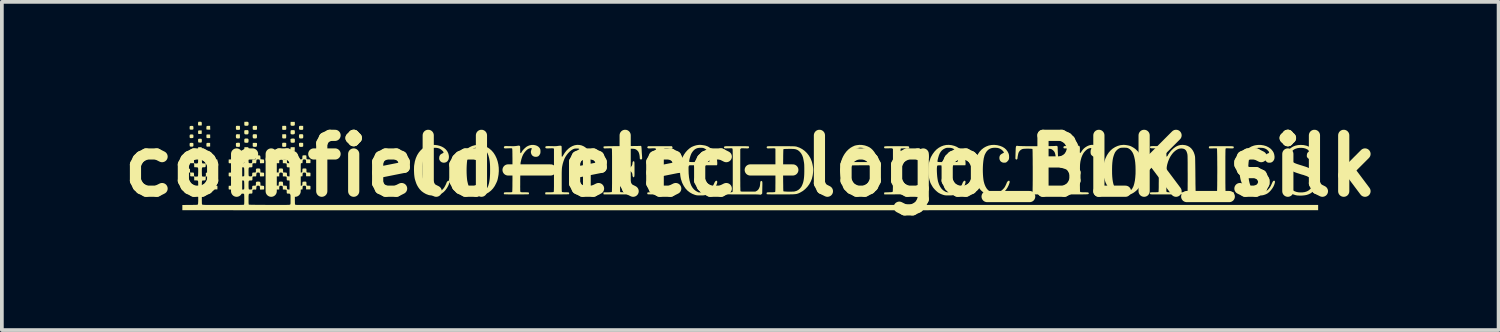
<source format=kicad_pcb>
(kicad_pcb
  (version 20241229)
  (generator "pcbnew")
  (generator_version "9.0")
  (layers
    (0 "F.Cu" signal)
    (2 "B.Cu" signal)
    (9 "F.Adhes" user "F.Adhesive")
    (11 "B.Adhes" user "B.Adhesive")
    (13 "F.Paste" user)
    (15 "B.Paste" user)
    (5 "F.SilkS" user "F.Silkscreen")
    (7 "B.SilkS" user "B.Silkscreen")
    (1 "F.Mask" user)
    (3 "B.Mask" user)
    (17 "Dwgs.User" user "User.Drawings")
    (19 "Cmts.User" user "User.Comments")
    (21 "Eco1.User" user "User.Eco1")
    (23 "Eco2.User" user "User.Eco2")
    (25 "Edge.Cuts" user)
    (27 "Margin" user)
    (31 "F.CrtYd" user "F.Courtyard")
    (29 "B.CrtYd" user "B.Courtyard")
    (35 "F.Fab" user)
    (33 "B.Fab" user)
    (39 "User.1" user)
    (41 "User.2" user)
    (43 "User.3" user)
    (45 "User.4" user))
  (footprint "cornfield-elec-logo_BLK_silk"
    (layer "F.Cu")
    (at 17.086 1.404)
    (property "Reference" "cornfield-elec-logo_BLK_silk" (at 0 0 0) (layer "F.SilkS") (effects (font (size 1.5 1.5) (thickness 0.3))))
    (attr board_only exclude_from_pos_files exclude_from_bom)
    (fp_poly (pts (xy -14.769 -0.504) (xy -14.722 -0.502) (xy -14.722 -0.454) (xy -14.722 -0.405) (xy -14.765 -0.403) (xy -14.792 -0.403) (xy -14.809 -0.406) (xy -14.814 -0.409) (xy -14.817 -0.418) (xy -14.818 -0.435) (xy -14.819 -0.457) (xy -14.819 -0.479) (xy -14.818 -0.497) (xy -14.817 -0.501) (xy -14.811 -0.503) (xy -14.796 -0.504) (xy -14.774 -0.504)) (stroke (width 0) (type solid)) (fill yes) (layer "F.SilkS"))
    (fp_poly (pts (xy -14.766 -0.955) (xy -14.722 -0.953) (xy -14.722 -0.907) (xy -14.722 -0.862) (xy -14.759 -0.859) (xy -14.78 -0.857) (xy -14.798 -0.857) (xy -14.806 -0.858) (xy -14.812 -0.859) (xy -14.815 -0.863) (xy -14.817 -0.871) (xy -14.818 -0.887) (xy -14.819 -0.904) (xy -14.82 -0.929) (xy -14.816 -0.944) (xy -14.806 -0.952) (xy -14.788 -0.955)) (stroke (width 0) (type solid)) (fill yes) (layer "F.SilkS"))
    (fp_poly (pts (xy -14.538 -0.62) (xy -14.496 -0.618) (xy -14.496 -0.569) (xy -14.496 -0.521) (xy -14.543 -0.519) (xy -14.567 -0.518) (xy -14.582 -0.52) (xy -14.59 -0.523) (xy -14.593 -0.527) (xy -14.596 -0.542) (xy -14.597 -0.563) (xy -14.596 -0.584) (xy -14.593 -0.603) (xy -14.589 -0.614) (xy -14.588 -0.615) (xy -14.577 -0.618) (xy -14.556 -0.62)) (stroke (width 0) (type solid)) (fill yes) (layer "F.SilkS"))
    (fp_poly (pts (xy -12.276 -0.504) (xy -12.225 -0.502) (xy -12.225 -0.454) (xy -12.225 -0.405) (xy -12.278 -0.403) (xy -12.308 -0.403) (xy -12.327 -0.405) (xy -12.335 -0.409) (xy -12.338 -0.42) (xy -12.34 -0.438) (xy -12.34 -0.459) (xy -12.339 -0.479) (xy -12.336 -0.495) (xy -12.334 -0.5) (xy -12.325 -0.503) (xy -12.307 -0.504) (xy -12.284 -0.504)) (stroke (width 0) (type solid)) (fill yes) (layer "F.SilkS"))
    (fp_poly (pts (xy -12.223 -1.139) (xy -12.223 -1.112) (xy -12.227 -1.094) (xy -12.236 -1.084) (xy -12.253 -1.079) (xy -12.279 -1.078) (xy -12.284 -1.078) (xy -12.307 -1.079) (xy -12.322 -1.081) (xy -12.33 -1.086) (xy -12.333 -1.089) (xy -12.337 -1.103) (xy -12.339 -1.126) (xy -12.338 -1.143) (xy -12.335 -1.184) (xy -12.28 -1.184) (xy -12.225 -1.184)) (stroke (width 0) (type solid)) (fill yes) (layer "F.SilkS"))
    (fp_poly (pts (xy -14.496 -1.075) (xy -14.495 -1.025) (xy -14.493 -0.974) (xy -14.541 -0.974) (xy -14.564 -0.975) (xy -14.582 -0.976) (xy -14.592 -0.978) (xy -14.593 -0.978) (xy -14.595 -0.987) (xy -14.597 -1.004) (xy -14.597 -1.024) (xy -14.595 -1.044) (xy -14.593 -1.06) (xy -14.591 -1.065) (xy -14.586 -1.071) (xy -14.576 -1.074) (xy -14.559 -1.075) (xy -14.541 -1.075)) (stroke (width 0) (type solid)) (fill yes) (layer "F.SilkS"))
    (fp_poly (pts (xy -13.481 -1.183) (xy -13.471 -1.175) (xy -13.466 -1.16) (xy -13.464 -1.136) (xy -13.464 -1.132) (xy -13.466 -1.107) (xy -13.471 -1.091) (xy -13.483 -1.082) (xy -13.503 -1.079) (xy -13.525 -1.078) (xy -13.552 -1.079) (xy -13.569 -1.083) (xy -13.573 -1.086) (xy -13.577 -1.098) (xy -13.579 -1.119) (xy -13.579 -1.14) (xy -13.577 -1.184) (xy -13.528 -1.186) (xy -13.5 -1.186)) (stroke (width 0) (type solid)) (fill yes) (layer "F.SilkS"))
    (fp_poly (pts (xy -14.748 -1.186) (xy -14.732 -1.181) (xy -14.723 -1.17) (xy -14.72 -1.151) (xy -14.72 -1.129) (xy -14.722 -1.087) (xy -14.768 -1.085) (xy -14.792 -1.085) (xy -14.807 -1.086) (xy -14.815 -1.088) (xy -14.818 -1.094) (xy -14.818 -1.094) (xy -14.821 -1.114) (xy -14.821 -1.138) (xy -14.819 -1.16) (xy -14.816 -1.173) (xy -14.812 -1.181) (xy -14.804 -1.186) (xy -14.79 -1.187) (xy -14.775 -1.187)) (stroke (width 0) (type solid)) (fill yes) (layer "F.SilkS"))
    (fp_poly (pts (xy -14.542 -0.845) (xy -14.496 -0.843) (xy -14.495 -0.796) (xy -14.494 -0.774) (xy -14.495 -0.757) (xy -14.497 -0.749) (xy -14.498 -0.748) (xy -14.506 -0.748) (xy -14.523 -0.747) (xy -14.544 -0.747) (xy -14.567 -0.747) (xy -14.582 -0.749) (xy -14.589 -0.753) (xy -14.591 -0.756) (xy -14.595 -0.769) (xy -14.596 -0.788) (xy -14.596 -0.81) (xy -14.595 -0.829) (xy -14.592 -0.839) (xy -14.584 -0.844) (xy -14.567 -0.845)) (stroke (width 0) (type solid)) (fill yes) (layer "F.SilkS"))
    (fp_poly (pts (xy -13.75 -1.077) (xy -13.747 -1.077) (xy -13.699 -1.075) (xy -13.696 -1.033) (xy -13.694 -1.005) (xy -13.695 -0.986) (xy -13.701 -0.975) (xy -13.713 -0.97) (xy -13.734 -0.968) (xy -13.746 -0.968) (xy -13.771 -0.969) (xy -13.79 -0.972) (xy -13.798 -0.976) (xy -13.802 -0.985) (xy -13.804 -1.003) (xy -13.805 -1.025) (xy -13.805 -1.046) (xy -13.803 -1.063) (xy -13.8 -1.071) (xy -13.793 -1.075) (xy -13.777 -1.077)) (stroke (width 0) (type solid)) (fill yes) (layer "F.SilkS"))
    (fp_poly (pts (xy -13.744 -0.851) (xy -13.699 -0.85) (xy -13.697 -0.802) (xy -13.697 -0.773) (xy -13.699 -0.754) (xy -13.702 -0.745) (xy -13.713 -0.74) (xy -13.732 -0.737) (xy -13.754 -0.737) (xy -13.775 -0.739) (xy -13.791 -0.743) (xy -13.796 -0.746) (xy -13.801 -0.758) (xy -13.805 -0.778) (xy -13.805 -0.801) (xy -13.804 -0.823) (xy -13.8 -0.839) (xy -13.798 -0.843) (xy -13.791 -0.848) (xy -13.781 -0.851) (xy -13.764 -0.852)) (stroke (width 0) (type solid)) (fill yes) (layer "F.SilkS"))
    (fp_poly (pts (xy -13.481 -0.502) (xy -13.473 -0.499) (xy -13.468 -0.489) (xy -13.465 -0.471) (xy -13.464 -0.45) (xy -13.465 -0.429) (xy -13.469 -0.414) (xy -13.472 -0.409) (xy -13.481 -0.405) (xy -13.499 -0.403) (xy -13.521 -0.402) (xy -13.543 -0.402) (xy -13.562 -0.404) (xy -13.575 -0.408) (xy -13.577 -0.41) (xy -13.579 -0.42) (xy -13.579 -0.438) (xy -13.579 -0.46) (xy -13.577 -0.502) (xy -13.529 -0.504) (xy -13.501 -0.504)) (stroke (width 0) (type solid)) (fill yes) (layer "F.SilkS"))
    (fp_poly (pts (xy -12.467 -0.85) (xy -12.459 -0.846) (xy -12.459 -0.845) (xy -12.455 -0.834) (xy -12.454 -0.815) (xy -12.454 -0.793) (xy -12.455 -0.771) (xy -12.457 -0.753) (xy -12.461 -0.744) (xy -12.471 -0.74) (xy -12.49 -0.737) (xy -12.512 -0.737) (xy -12.533 -0.738) (xy -12.549 -0.742) (xy -12.556 -0.745) (xy -12.56 -0.757) (xy -12.562 -0.779) (xy -12.562 -0.802) (xy -12.56 -0.85) (xy -12.512 -0.851) (xy -12.484 -0.852)) (stroke (width 0) (type solid)) (fill yes) (layer "F.SilkS"))
    (fp_poly (pts (xy -12.048 -1.077) (xy -12 -1.075) (xy -11.998 -1.03) (xy -11.998 -1.003) (xy -12 -0.984) (xy -12.003 -0.977) (xy -12.014 -0.971) (xy -12.032 -0.969) (xy -12.055 -0.968) (xy -12.077 -0.97) (xy -12.095 -0.973) (xy -12.103 -0.978) (xy -12.109 -0.99) (xy -12.112 -1.01) (xy -12.112 -1.032) (xy -12.11 -1.053) (xy -12.105 -1.067) (xy -12.105 -1.068) (xy -12.099 -1.073) (xy -12.089 -1.076) (xy -12.072 -1.077)) (stroke (width 0) (type solid)) (fill yes) (layer "F.SilkS"))
    (fp_poly (pts (xy -13.253 -0.618) (xy -13.243 -0.615) (xy -13.243 -0.615) (xy -13.239 -0.604) (xy -13.237 -0.586) (xy -13.238 -0.564) (xy -13.241 -0.543) (xy -13.245 -0.526) (xy -13.25 -0.519) (xy -13.262 -0.515) (xy -13.282 -0.512) (xy -13.305 -0.512) (xy -13.327 -0.514) (xy -13.342 -0.518) (xy -13.345 -0.519) (xy -13.35 -0.525) (xy -13.353 -0.536) (xy -13.354 -0.553) (xy -13.353 -0.573) (xy -13.352 -0.618) (xy -13.3 -0.62) (xy -13.273 -0.62)) (stroke (width 0) (type solid)) (fill yes) (layer "F.SilkS"))
    (fp_poly (pts (xy -12.042 -0.622) (xy -12 -0.618) (xy -11.998 -0.573) (xy -11.998 -0.546) (xy -12 -0.527) (xy -12.003 -0.52) (xy -12.013 -0.516) (xy -12.031 -0.513) (xy -12.052 -0.511) (xy -12.074 -0.512) (xy -12.092 -0.514) (xy -12.1 -0.517) (xy -12.106 -0.528) (xy -12.11 -0.549) (xy -12.111 -0.565) (xy -12.112 -0.588) (xy -12.111 -0.602) (xy -12.108 -0.61) (xy -12.101 -0.615) (xy -12.099 -0.617) (xy -12.086 -0.621) (xy -12.067 -0.623)) (stroke (width 0) (type solid)) (fill yes) (layer "F.SilkS"))
    (fp_poly (pts (xy -14.974 -1.075) (xy -14.958 -1.071) (xy -14.953 -1.068) (xy -14.948 -1.057) (xy -14.945 -1.038) (xy -14.944 -1.016) (xy -14.945 -0.996) (xy -14.948 -0.984) (xy -14.956 -0.978) (xy -14.972 -0.975) (xy -14.992 -0.973) (xy -15.013 -0.974) (xy -15.031 -0.977) (xy -15.042 -0.982) (xy -15.044 -0.984) (xy -15.046 -0.997) (xy -15.047 -1.017) (xy -15.047 -1.038) (xy -15.045 -1.056) (xy -15.042 -1.065) (xy -15.033 -1.071) (xy -15.015 -1.074) (xy -14.994 -1.076)) (stroke (width 0) (type solid)) (fill yes) (layer "F.SilkS"))
    (fp_poly (pts (xy -14.975 -0.845) (xy -14.958 -0.842) (xy -14.951 -0.839) (xy -14.947 -0.829) (xy -14.945 -0.811) (xy -14.944 -0.791) (xy -14.945 -0.771) (xy -14.949 -0.758) (xy -14.949 -0.756) (xy -14.958 -0.752) (xy -14.974 -0.748) (xy -14.994 -0.746) (xy -15.014 -0.746) (xy -15.029 -0.748) (xy -15.03 -0.748) (xy -15.04 -0.754) (xy -15.045 -0.766) (xy -15.047 -0.786) (xy -15.047 -0.794) (xy -15.046 -0.819) (xy -15.041 -0.835) (xy -15.03 -0.843) (xy -15.01 -0.846) (xy -14.997 -0.846)) (stroke (width 0) (type solid)) (fill yes) (layer "F.SilkS"))
    (fp_poly (pts (xy -13.494 -0.735) (xy -13.477 -0.729) (xy -13.468 -0.716) (xy -13.465 -0.695) (xy -13.465 -0.673) (xy -13.468 -0.646) (xy -13.474 -0.63) (xy -13.477 -0.627) (xy -13.489 -0.623) (xy -13.508 -0.622) (xy -13.531 -0.622) (xy -13.552 -0.623) (xy -13.567 -0.627) (xy -13.569 -0.628) (xy -13.575 -0.633) (xy -13.578 -0.644) (xy -13.58 -0.662) (xy -13.58 -0.679) (xy -13.579 -0.706) (xy -13.575 -0.722) (xy -13.565 -0.732) (xy -13.548 -0.736) (xy -13.521 -0.737) (xy -13.52 -0.737)) (stroke (width 0) (type solid)) (fill yes) (layer "F.SilkS"))
    (fp_poly (pts (xy -13.272 -0.852) (xy -13.254 -0.849) (xy -13.246 -0.845) (xy -13.242 -0.835) (xy -13.24 -0.816) (xy -13.239 -0.794) (xy -13.24 -0.768) (xy -13.244 -0.751) (xy -13.254 -0.742) (xy -13.271 -0.738) (xy -13.298 -0.737) (xy -13.299 -0.737) (xy -13.326 -0.739) (xy -13.342 -0.744) (xy -13.345 -0.746) (xy -13.35 -0.758) (xy -13.354 -0.777) (xy -13.355 -0.8) (xy -13.354 -0.821) (xy -13.351 -0.838) (xy -13.347 -0.845) (xy -13.337 -0.849) (xy -13.318 -0.852) (xy -13.297 -0.853)) (stroke (width 0) (type solid)) (fill yes) (layer "F.SilkS"))
    (fp_poly (pts (xy -14.747 -0.73) (xy -14.731 -0.728) (xy -14.728 -0.727) (xy -14.723 -0.719) (xy -14.719 -0.703) (xy -14.718 -0.682) (xy -14.719 -0.661) (xy -14.721 -0.643) (xy -14.726 -0.632) (xy -14.728 -0.631) (xy -14.742 -0.628) (xy -14.761 -0.627) (xy -14.782 -0.628) (xy -14.8 -0.63) (xy -14.812 -0.633) (xy -14.814 -0.634) (xy -14.817 -0.646) (xy -14.819 -0.664) (xy -14.82 -0.685) (xy -14.819 -0.705) (xy -14.817 -0.72) (xy -14.815 -0.723) (xy -14.806 -0.727) (xy -14.789 -0.73) (xy -14.768 -0.731)) (stroke (width 0) (type solid)) (fill yes) (layer "F.SilkS"))
    (fp_poly (pts (xy -12.47 -1.076) (xy -12.46 -1.074) (xy -12.459 -1.074) (xy -12.456 -1.065) (xy -12.454 -1.049) (xy -12.453 -1.027) (xy -12.453 -1.024) (xy -12.453 -0.998) (xy -12.455 -0.982) (xy -12.46 -0.974) (xy -12.46 -0.974) (xy -12.472 -0.97) (xy -12.49 -0.968) (xy -12.512 -0.968) (xy -12.533 -0.969) (xy -12.55 -0.972) (xy -12.56 -0.975) (xy -12.56 -0.976) (xy -12.562 -0.986) (xy -12.562 -1.004) (xy -12.562 -1.027) (xy -12.562 -1.03) (xy -12.56 -1.075) (xy -12.512 -1.077) (xy -12.489 -1.077)) (stroke (width 0) (type solid)) (fill yes) (layer "F.SilkS"))
    (fp_poly (pts (xy -14.97 -0.619) (xy -14.955 -0.616) (xy -14.951 -0.614) (xy -14.947 -0.603) (xy -14.945 -0.585) (xy -14.944 -0.564) (xy -14.946 -0.544) (xy -14.95 -0.53) (xy -14.95 -0.529) (xy -14.956 -0.523) (xy -14.966 -0.519) (xy -14.983 -0.518) (xy -14.996 -0.518) (xy -15.018 -0.518) (xy -15.031 -0.521) (xy -15.039 -0.526) (xy -15.041 -0.529) (xy -15.045 -0.543) (xy -15.047 -0.563) (xy -15.047 -0.585) (xy -15.045 -0.603) (xy -15.04 -0.614) (xy -15.04 -0.614) (xy -15.03 -0.618) (xy -15.012 -0.62) (xy -14.99 -0.621)) (stroke (width 0) (type solid)) (fill yes) (layer "F.SilkS"))
    (fp_poly (pts (xy -13.714 -0.622) (xy -13.703 -0.619) (xy -13.703 -0.619) (xy -13.699 -0.61) (xy -13.696 -0.59) (xy -13.696 -0.567) (xy -13.696 -0.541) (xy -13.698 -0.526) (xy -13.702 -0.518) (xy -13.705 -0.515) (xy -13.719 -0.513) (xy -13.739 -0.511) (xy -13.761 -0.512) (xy -13.781 -0.514) (xy -13.795 -0.517) (xy -13.798 -0.519) (xy -13.802 -0.529) (xy -13.804 -0.546) (xy -13.805 -0.568) (xy -13.805 -0.589) (xy -13.803 -0.607) (xy -13.8 -0.614) (xy -13.792 -0.618) (xy -13.775 -0.621) (xy -13.754 -0.623) (xy -13.733 -0.623)) (stroke (width 0) (type solid)) (fill yes) (layer "F.SilkS"))
    (fp_poly (pts (xy -13.5 -0.962) (xy -13.485 -0.961) (xy -13.477 -0.958) (xy -13.472 -0.952) (xy -13.47 -0.947) (xy -13.465 -0.925) (xy -13.465 -0.901) (xy -13.467 -0.877) (xy -13.473 -0.861) (xy -13.474 -0.86) (xy -13.481 -0.852) (xy -13.491 -0.848) (xy -13.507 -0.847) (xy -13.522 -0.846) (xy -13.549 -0.848) (xy -13.565 -0.852) (xy -13.57 -0.856) (xy -13.577 -0.868) (xy -13.58 -0.889) (xy -13.58 -0.904) (xy -13.58 -0.931) (xy -13.577 -0.948) (xy -13.57 -0.957) (xy -13.557 -0.961) (xy -13.535 -0.962) (xy -13.524 -0.962)) (stroke (width 0) (type solid)) (fill yes) (layer "F.SilkS"))
    (fp_poly (pts (xy -12.483 -0.622) (xy -12.467 -0.62) (xy -12.461 -0.618) (xy -12.456 -0.611) (xy -12.453 -0.598) (xy -12.453 -0.576) (xy -12.453 -0.569) (xy -12.454 -0.547) (xy -12.457 -0.529) (xy -12.46 -0.519) (xy -12.469 -0.516) (xy -12.486 -0.513) (xy -12.508 -0.512) (xy -12.529 -0.512) (xy -12.547 -0.514) (xy -12.555 -0.516) (xy -12.559 -0.523) (xy -12.562 -0.538) (xy -12.563 -0.559) (xy -12.563 -0.581) (xy -12.562 -0.6) (xy -12.559 -0.614) (xy -12.557 -0.618) (xy -12.546 -0.621) (xy -12.527 -0.623) (xy -12.505 -0.623)) (stroke (width 0) (type solid)) (fill yes) (layer "F.SilkS"))
    (fp_poly (pts (xy -12.257 -0.961) (xy -12.239 -0.959) (xy -12.229 -0.955) (xy -12.225 -0.945) (xy -12.223 -0.926) (xy -12.222 -0.906) (xy -12.222 -0.884) (xy -12.225 -0.87) (xy -12.23 -0.861) (xy -12.235 -0.856) (xy -12.251 -0.85) (xy -12.273 -0.847) (xy -12.298 -0.847) (xy -12.319 -0.851) (xy -12.324 -0.853) (xy -12.331 -0.857) (xy -12.335 -0.863) (xy -12.337 -0.876) (xy -12.338 -0.897) (xy -12.338 -0.903) (xy -12.337 -0.928) (xy -12.334 -0.947) (xy -12.33 -0.955) (xy -12.32 -0.959) (xy -12.302 -0.961) (xy -12.28 -0.962)) (stroke (width 0) (type solid)) (fill yes) (layer "F.SilkS"))
    (fp_poly (pts (xy -12.031 -0.852) (xy -12.012 -0.849) (xy -12.004 -0.845) (xy -12 -0.835) (xy -11.997 -0.816) (xy -11.997 -0.794) (xy -11.998 -0.768) (xy -12.002 -0.751) (xy -12.011 -0.742) (xy -12.029 -0.738) (xy -12.056 -0.737) (xy -12.057 -0.737) (xy -12.078 -0.738) (xy -12.092 -0.74) (xy -12.1 -0.747) (xy -12.103 -0.75) (xy -12.109 -0.767) (xy -12.112 -0.79) (xy -12.111 -0.814) (xy -12.107 -0.836) (xy -12.106 -0.837) (xy -12.103 -0.845) (xy -12.097 -0.85) (xy -12.086 -0.852) (xy -12.067 -0.853) (xy -12.056 -0.853)) (stroke (width 0) (type solid)) (fill yes) (layer "F.SilkS"))
    (fp_poly (pts (xy -13.258 -1.077) (xy -13.246 -1.075) (xy -13.243 -1.073) (xy -13.241 -1.065) (xy -13.239 -1.048) (xy -13.238 -1.026) (xy -13.238 -1.024) (xy -13.238 -0.998) (xy -13.24 -0.983) (xy -13.244 -0.975) (xy -13.245 -0.974) (xy -13.257 -0.971) (xy -13.276 -0.969) (xy -13.299 -0.968) (xy -13.321 -0.97) (xy -13.338 -0.972) (xy -13.347 -0.976) (xy -13.351 -0.986) (xy -13.354 -1.004) (xy -13.355 -1.026) (xy -13.353 -1.047) (xy -13.351 -1.064) (xy -13.347 -1.071) (xy -13.338 -1.074) (xy -13.321 -1.076) (xy -13.3 -1.078) (xy -13.278 -1.078)) (stroke (width 0) (type solid)) (fill yes) (layer "F.SilkS"))
    (fp_poly (pts (xy -12.258 -0.736) (xy -12.239 -0.731) (xy -12.239 -0.731) (xy -12.23 -0.728) (xy -12.225 -0.722) (xy -12.223 -0.712) (xy -12.222 -0.694) (xy -12.222 -0.679) (xy -12.222 -0.655) (xy -12.224 -0.641) (xy -12.227 -0.633) (xy -12.233 -0.629) (xy -12.238 -0.627) (xy -12.257 -0.623) (xy -12.282 -0.622) (xy -12.307 -0.623) (xy -12.324 -0.627) (xy -12.332 -0.633) (xy -12.336 -0.642) (xy -12.338 -0.659) (xy -12.338 -0.663) (xy -12.338 -0.682) (xy -12.34 -0.697) (xy -12.341 -0.702) (xy -12.34 -0.713) (xy -12.336 -0.721) (xy -12.324 -0.729) (xy -12.305 -0.734) (xy -12.281 -0.736)) (stroke (width 0) (type solid)) (fill yes) (layer "F.SilkS"))
    (fp_poly (pts (xy -2.093 -0.516) (xy -2.085 -0.504) (xy -2.085 -0.495) (xy -2.091 -0.484) (xy -2.102 -0.468) (xy -2.195 -0.473) (xy -2.232 -0.474) (xy -2.259 -0.475) (xy -2.277 -0.474) (xy -2.29 -0.473) (xy -2.299 -0.47) (xy -2.305 -0.467) (xy -2.32 -0.456) (xy -2.32 0.113) (xy -2.32 0.209) (xy -2.32 0.293) (xy -2.32 0.367) (xy -2.32 0.431) (xy -2.32 0.486) (xy -2.32 0.532) (xy -2.319 0.571) (xy -2.319 0.602) (xy -2.318 0.628) (xy -2.317 0.648) (xy -2.316 0.663) (xy -2.315 0.674) (xy -2.314 0.682) (xy -2.313 0.687) (xy -2.311 0.691) (xy -2.309 0.693) (xy -2.308 0.694) (xy -2.303 0.699) (xy -2.296 0.702) (xy -2.285 0.704) (xy -2.269 0.705) (xy -2.246 0.706) (xy -2.213 0.706) (xy -2.192 0.706) (xy -2.089 0.706) (xy -2.085 0.722) (xy -2.084 0.739) (xy -2.087 0.75) (xy -2.088 0.753) (xy -2.09 0.756) (xy -2.094 0.758) (xy -2.101 0.759) (xy -2.112 0.76) (xy -2.127 0.761) (xy -2.147 0.762) (xy -2.175 0.763) (xy -2.21 0.763) (xy -2.253 0.763) (xy -2.306 0.764) (xy -2.37 0.764) (xy -2.423 0.764) (xy -2.495 0.764) (xy -2.556 0.764) (xy -2.607 0.764) (xy -2.648 0.763) (xy -2.681 0.763) (xy -2.707 0.762) (xy -2.726 0.762) (xy -2.74 0.761) (xy -2.749 0.759) (xy -2.755 0.758) (xy -2.758 0.756) (xy -2.759 0.754) (xy -2.764 0.735) (xy -2.761 0.719) (xy -2.757 0.714) (xy -2.749 0.711) (xy -2.731 0.708) (xy -2.703 0.707) (xy -2.663 0.706) (xy -2.651 0.706) (xy -2.614 0.706) (xy -2.587 0.706) (xy -2.568 0.705) (xy -2.555 0.703) (xy -2.547 0.7) (xy -2.541 0.696) (xy -2.539 0.694) (xy -2.537 0.692) (xy -2.536 0.689) (xy -2.534 0.685) (xy -2.533 0.678) (xy -2.531 0.669) (xy -2.53 0.656) (xy -2.53 0.638) (xy -2.529 0.616) (xy -2.528 0.588) (xy -2.528 0.553) (xy -2.528 0.51) (xy -2.527 0.46) (xy -2.527 0.401) (xy -2.527 0.332) (xy -2.527 0.253) (xy -2.527 0.163) (xy -2.527 0.113) (xy -2.527 -0.456) (xy -2.543 -0.467) (xy -2.55 -0.471) (xy -2.56 -0.473) (xy -2.574 -0.475) (xy -2.594 -0.475) (xy -2.623 -0.474) (xy -2.649 -0.473) (xy -2.685 -0.471) (xy -2.71 -0.471) (xy -2.727 -0.471) (xy -2.738 -0.473) (xy -2.746 -0.475) (xy -2.751 -0.48) (xy -2.753 -0.481) (xy -2.763 -0.493) (xy -2.763 -0.503) (xy -2.754 -0.517) (xy -2.754 -0.518) (xy -2.743 -0.531) (xy -2.424 -0.531) (xy -2.104 -0.531)) (stroke (width 0) (type solid)) (fill yes) (layer "F.SilkS"))
    (fp_poly (pts (xy 12.775 -0.531) (xy 12.826 -0.531) (xy 12.867 -0.531) (xy 12.9 -0.53) (xy 12.926 -0.529) (xy 12.945 -0.527) (xy 12.959 -0.524) (xy 12.968 -0.521) (xy 12.973 -0.517) (xy 12.976 -0.513) (xy 12.977 -0.507) (xy 12.977 -0.5) (xy 12.977 -0.499) (xy 12.976 -0.488) (xy 12.973 -0.48) (xy 12.965 -0.475) (xy 12.951 -0.472) (xy 12.93 -0.471) (xy 12.9 -0.471) (xy 12.865 -0.473) (xy 12.827 -0.474) (xy 12.798 -0.475) (xy 12.779 -0.474) (xy 12.767 -0.472) (xy 12.761 -0.469) (xy 12.76 -0.467) (xy 12.758 -0.462) (xy 12.757 -0.454) (xy 12.756 -0.443) (xy 12.755 -0.427) (xy 12.754 -0.406) (xy 12.754 -0.379) (xy 12.753 -0.345) (xy 12.753 -0.304) (xy 12.752 -0.255) (xy 12.752 -0.198) (xy 12.752 -0.13) (xy 12.752 -0.053) (xy 12.752 0.035) (xy 12.752 0.115) (xy 12.752 0.217) (xy 12.752 0.308) (xy 12.752 0.388) (xy 12.752 0.457) (xy 12.753 0.516) (xy 12.753 0.566) (xy 12.754 0.607) (xy 12.755 0.639) (xy 12.755 0.664) (xy 12.756 0.682) (xy 12.758 0.693) (xy 12.759 0.699) (xy 12.759 0.699) (xy 12.767 0.702) (xy 12.785 0.704) (xy 12.813 0.706) (xy 12.852 0.706) (xy 12.869 0.706) (xy 12.906 0.706) (xy 12.933 0.707) (xy 12.952 0.708) (xy 12.964 0.709) (xy 12.971 0.712) (xy 12.975 0.715) (xy 12.978 0.72) (xy 12.98 0.74) (xy 12.978 0.749) (xy 12.973 0.763) (xy 12.646 0.764) (xy 12.574 0.764) (xy 12.509 0.764) (xy 12.452 0.763) (xy 12.404 0.763) (xy 12.365 0.762) (xy 12.337 0.761) (xy 12.319 0.76) (xy 12.313 0.758) (xy 12.308 0.747) (xy 12.307 0.732) (xy 12.311 0.718) (xy 12.317 0.71) (xy 12.326 0.709) (xy 12.345 0.708) (xy 12.372 0.707) (xy 12.403 0.706) (xy 12.422 0.706) (xy 12.455 0.706) (xy 12.485 0.705) (xy 12.508 0.704) (xy 12.522 0.702) (xy 12.526 0.701) (xy 12.527 0.694) (xy 12.529 0.676) (xy 12.53 0.648) (xy 12.531 0.61) (xy 12.532 0.565) (xy 12.533 0.513) (xy 12.533 0.454) (xy 12.534 0.391) (xy 12.534 0.323) (xy 12.534 0.253) (xy 12.535 0.181) (xy 12.535 0.107) (xy 12.535 0.034) (xy 12.534 -0.038) (xy 12.534 -0.108) (xy 12.533 -0.174) (xy 12.533 -0.237) (xy 12.532 -0.294) (xy 12.531 -0.345) (xy 12.53 -0.389) (xy 12.529 -0.424) (xy 12.528 -0.45) (xy 12.526 -0.466) (xy 12.525 -0.47) (xy 12.517 -0.472) (xy 12.498 -0.473) (xy 12.47 -0.473) (xy 12.437 -0.473) (xy 12.419 -0.472) (xy 12.382 -0.471) (xy 12.355 -0.471) (xy 12.337 -0.471) (xy 12.326 -0.472) (xy 12.319 -0.475) (xy 12.315 -0.478) (xy 12.313 -0.481) (xy 12.308 -0.499) (xy 12.312 -0.516) (xy 12.315 -0.52) (xy 12.318 -0.523) (xy 12.321 -0.525) (xy 12.328 -0.526) (xy 12.338 -0.528) (xy 12.352 -0.529) (xy 12.372 -0.53) (xy 12.398 -0.53) (xy 12.432 -0.531) (xy 12.474 -0.531) (xy 12.526 -0.531) (xy 12.588 -0.531) (xy 12.641 -0.531) (xy 12.713 -0.531)) (stroke (width 0) (type solid)) (fill yes) (layer "F.SilkS"))
    (fp_poly (pts (xy -7.244 -0.563) (xy -7.172 -0.549) (xy -7.1 -0.523) (xy -7.032 -0.486) (xy -6.996 -0.461) (xy -6.939 -0.411) (xy -6.888 -0.351) (xy -6.845 -0.283) (xy -6.809 -0.208) (xy -6.781 -0.128) (xy -6.761 -0.042) (xy -6.75 0.046) (xy -6.748 0.137) (xy -6.755 0.23) (xy -6.76 0.259) (xy -6.769 0.31) (xy -6.778 0.353) (xy -6.787 0.386) (xy -6.795 0.41) (xy -6.796 0.411) (xy -6.801 0.423) (xy -6.809 0.441) (xy -6.819 0.463) (xy -6.858 0.539) (xy -6.905 0.606) (xy -6.96 0.664) (xy -7.022 0.712) (xy -7.091 0.75) (xy -7.167 0.778) (xy -7.171 0.78) (xy -7.203 0.786) (xy -7.244 0.79) (xy -7.29 0.792) (xy -7.335 0.791) (xy -7.378 0.788) (xy -7.415 0.783) (xy -7.429 0.779) (xy -7.503 0.751) (xy -7.571 0.712) (xy -7.632 0.664) (xy -7.687 0.607) (xy -7.734 0.541) (xy -7.774 0.469) (xy -7.805 0.389) (xy -7.828 0.303) (xy -7.842 0.212) (xy -7.843 0.19) (xy -7.845 0.162) (xy -7.845 0.129) (xy -7.845 0.118) (xy -7.613 0.118) (xy -7.612 0.191) (xy -7.609 0.26) (xy -7.604 0.325) (xy -7.598 0.382) (xy -7.59 0.423) (xy -7.576 0.481) (xy -7.562 0.528) (xy -7.546 0.567) (xy -7.527 0.601) (xy -7.508 0.628) (xy -7.476 0.664) (xy -7.443 0.691) (xy -7.405 0.709) (xy -7.362 0.719) (xy -7.31 0.724) (xy -7.301 0.724) (xy -7.266 0.724) (xy -7.238 0.721) (xy -7.216 0.717) (xy -7.202 0.713) (xy -7.153 0.69) (xy -7.11 0.657) (xy -7.089 0.633) (xy -7.072 0.608) (xy -7.054 0.579) (xy -7.039 0.548) (xy -7.028 0.52) (xy -7.023 0.503) (xy -7.019 0.487) (xy -7.015 0.474) (xy -7.012 0.465) (xy -7.008 0.446) (xy -7.003 0.42) (xy -6.998 0.389) (xy -6.996 0.377) (xy -6.99 0.328) (xy -6.986 0.271) (xy -6.983 0.207) (xy -6.982 0.139) (xy -6.982 0.071) (xy -6.983 0.006) (xy -6.986 -0.055) (xy -6.991 -0.107) (xy -6.993 -0.125) (xy -7.007 -0.204) (xy -7.025 -0.272) (xy -7.046 -0.33) (xy -7.072 -0.379) (xy -7.103 -0.419) (xy -7.139 -0.451) (xy -7.169 -0.469) (xy -7.207 -0.49) (xy -7.295 -0.49) (xy -7.33 -0.49) (xy -7.355 -0.49) (xy -7.374 -0.488) (xy -7.388 -0.486) (xy -7.4 -0.481) (xy -7.414 -0.475) (xy -7.42 -0.472) (xy -7.46 -0.447) (xy -7.495 -0.415) (xy -7.524 -0.376) (xy -7.549 -0.329) (xy -7.57 -0.271) (xy -7.588 -0.203) (xy -7.588 -0.201) (xy -7.597 -0.151) (xy -7.604 -0.091) (xy -7.609 -0.025) (xy -7.612 0.046) (xy -7.613 0.118) (xy -7.845 0.118) (xy -7.845 0.094) (xy -7.844 0.057) (xy -7.842 0.022) (xy -7.841 -0.009) (xy -7.838 -0.034) (xy -7.836 -0.05) (xy -7.834 -0.055) (xy -7.831 -0.064) (xy -7.827 -0.08) (xy -7.822 -0.099) (xy -7.81 -0.145) (xy -7.793 -0.193) (xy -7.775 -0.239) (xy -7.755 -0.279) (xy -7.741 -0.301) (xy -7.701 -0.358) (xy -7.663 -0.404) (xy -7.625 -0.441) (xy -7.603 -0.459) (xy -7.534 -0.503) (xy -7.464 -0.536) (xy -7.391 -0.556) (xy -7.318 -0.566)) (stroke (width 0) (type solid)) (fill yes) (layer "F.SilkS"))
    (fp_poly (pts (xy 10.059 -0.564) (xy 10.097 -0.559) (xy 10.138 -0.552) (xy 10.176 -0.543) (xy 10.203 -0.534) (xy 10.233 -0.52) (xy 10.268 -0.501) (xy 10.304 -0.479) (xy 10.336 -0.455) (xy 10.347 -0.446) (xy 10.401 -0.393) (xy 10.448 -0.335) (xy 10.487 -0.269) (xy 10.52 -0.195) (xy 10.547 -0.111) (xy 10.552 -0.094) (xy 10.557 -0.075) (xy 10.561 -0.057) (xy 10.563 -0.04) (xy 10.565 -0.021) (xy 10.567 0.002) (xy 10.568 0.03) (xy 10.568 0.067) (xy 10.568 0.114) (xy 10.568 0.119) (xy 10.568 0.169) (xy 10.568 0.209) (xy 10.566 0.241) (xy 10.564 0.269) (xy 10.561 0.294) (xy 10.555 0.318) (xy 10.548 0.345) (xy 10.538 0.375) (xy 10.528 0.405) (xy 10.498 0.479) (xy 10.458 0.548) (xy 10.411 0.611) (xy 10.357 0.667) (xy 10.297 0.713) (xy 10.242 0.745) (xy 10.202 0.763) (xy 10.168 0.776) (xy 10.134 0.784) (xy 10.098 0.789) (xy 10.056 0.791) (xy 10.024 0.791) (xy 9.985 0.791) (xy 9.955 0.789) (xy 9.931 0.787) (xy 9.91 0.783) (xy 9.896 0.779) (xy 9.844 0.761) (xy 9.801 0.742) (xy 9.762 0.719) (xy 9.723 0.69) (xy 9.683 0.654) (xy 9.68 0.652) (xy 9.622 0.588) (xy 9.574 0.518) (xy 9.536 0.442) (xy 9.509 0.362) (xy 9.509 0.361) (xy 9.504 0.342) (xy 9.499 0.328) (xy 9.497 0.323) (xy 9.494 0.314) (xy 9.491 0.295) (xy 9.487 0.269) (xy 9.484 0.239) (xy 9.48 0.206) (xy 9.477 0.174) (xy 9.475 0.145) (xy 9.473 0.122) (xy 9.473 0.122) (xy 9.711 0.122) (xy 9.712 0.212) (xy 9.716 0.291) (xy 9.723 0.361) (xy 9.733 0.423) (xy 9.745 0.478) (xy 9.761 0.528) (xy 9.776 0.562) (xy 9.804 0.614) (xy 9.837 0.655) (xy 9.875 0.686) (xy 9.919 0.708) (xy 9.93 0.712) (xy 9.967 0.72) (xy 10.01 0.724) (xy 10.055 0.724) (xy 10.096 0.719) (xy 10.12 0.713) (xy 10.168 0.691) (xy 10.211 0.659) (xy 10.247 0.617) (xy 10.276 0.565) (xy 10.289 0.535) (xy 10.308 0.469) (xy 10.324 0.393) (xy 10.334 0.307) (xy 10.341 0.211) (xy 10.342 0.11) (xy 10.34 0.003) (xy 10.333 -0.093) (xy 10.321 -0.177) (xy 10.304 -0.252) (xy 10.283 -0.316) (xy 10.257 -0.369) (xy 10.225 -0.413) (xy 10.189 -0.448) (xy 10.148 -0.473) (xy 10.133 -0.48) (xy 10.119 -0.484) (xy 10.105 -0.487) (xy 10.086 -0.489) (xy 10.061 -0.49) (xy 10.027 -0.49) (xy 10.027 -0.49) (xy 9.992 -0.49) (xy 9.967 -0.489) (xy 9.949 -0.487) (xy 9.934 -0.484) (xy 9.921 -0.48) (xy 9.906 -0.473) (xy 9.906 -0.473) (xy 9.874 -0.454) (xy 9.842 -0.428) (xy 9.814 -0.397) (xy 9.793 -0.367) (xy 9.791 -0.365) (xy 9.77 -0.318) (xy 9.752 -0.268) (xy 9.737 -0.214) (xy 9.726 -0.153) (xy 9.718 -0.085) (xy 9.713 -0.009) (xy 9.711 0.078) (xy 9.711 0.122) (xy 9.473 0.122) (xy 9.473 0.113) (xy 9.475 0.083) (xy 9.478 0.046) (xy 9.483 0.005) (xy 9.488 -0.036) (xy 9.495 -0.074) (xy 9.501 -0.106) (xy 9.505 -0.122) (xy 9.536 -0.209) (xy 9.574 -0.287) (xy 9.62 -0.357) (xy 9.672 -0.417) (xy 9.725 -0.463) (xy 9.793 -0.506) (xy 9.864 -0.538) (xy 9.937 -0.558) (xy 10.013 -0.566) (xy 10.027 -0.566)) (stroke (width 0) (type solid)) (fill yes) (layer "F.SilkS"))
    (fp_poly (pts (xy 13.712 -0.563) (xy 13.781 -0.552) (xy 13.846 -0.533) (xy 13.905 -0.505) (xy 13.957 -0.47) (xy 13.989 -0.44) (xy 14.024 -0.397) (xy 14.049 -0.353) (xy 14.064 -0.304) (xy 14.072 -0.25) (xy 14.07 -0.205) (xy 14.059 -0.167) (xy 14.038 -0.134) (xy 14.021 -0.116) (xy 13.992 -0.097) (xy 13.96 -0.088) (xy 13.922 -0.087) (xy 13.908 -0.088) (xy 13.889 -0.092) (xy 13.873 -0.1) (xy 13.856 -0.114) (xy 13.848 -0.121) (xy 13.83 -0.141) (xy 13.819 -0.158) (xy 13.813 -0.179) (xy 13.812 -0.182) (xy 13.809 -0.218) (xy 13.815 -0.253) (xy 13.828 -0.284) (xy 13.847 -0.31) (xy 13.871 -0.327) (xy 13.884 -0.332) (xy 13.906 -0.34) (xy 13.921 -0.352) (xy 13.927 -0.366) (xy 13.927 -0.366) (xy 13.923 -0.377) (xy 13.911 -0.394) (xy 13.894 -0.413) (xy 13.876 -0.431) (xy 13.857 -0.446) (xy 13.853 -0.448) (xy 13.82 -0.466) (xy 13.785 -0.478) (xy 13.745 -0.485) (xy 13.697 -0.487) (xy 13.69 -0.487) (xy 13.654 -0.487) (xy 13.627 -0.485) (xy 13.605 -0.481) (xy 13.584 -0.475) (xy 13.583 -0.475) (xy 13.54 -0.455) (xy 13.503 -0.429) (xy 13.47 -0.396) (xy 13.442 -0.355) (xy 13.419 -0.305) (xy 13.401 -0.246) (xy 13.386 -0.177) (xy 13.375 -0.098) (xy 13.368 -0.008) (xy 13.367 0.004) (xy 13.364 0.107) (xy 13.366 0.206) (xy 13.373 0.299) (xy 13.385 0.384) (xy 13.402 0.46) (xy 13.424 0.527) (xy 13.438 0.558) (xy 13.458 0.592) (xy 13.486 0.626) (xy 13.519 0.658) (xy 13.554 0.683) (xy 13.563 0.688) (xy 13.601 0.709) (xy 13.69 0.709) (xy 13.725 0.709) (xy 13.751 0.708) (xy 13.771 0.707) (xy 13.786 0.704) (xy 13.8 0.7) (xy 13.811 0.695) (xy 13.856 0.671) (xy 13.896 0.638) (xy 13.932 0.597) (xy 13.965 0.546) (xy 13.995 0.484) (xy 14.002 0.466) (xy 14.018 0.432) (xy 14.033 0.41) (xy 14.048 0.398) (xy 14.058 0.396) (xy 14.073 0.399) (xy 14.081 0.409) (xy 14.083 0.427) (xy 14.08 0.451) (xy 14.065 0.501) (xy 14.042 0.553) (xy 14.011 0.604) (xy 13.974 0.653) (xy 13.935 0.695) (xy 13.893 0.73) (xy 13.876 0.741) (xy 13.851 0.754) (xy 13.82 0.767) (xy 13.791 0.777) (xy 13.79 0.777) (xy 13.77 0.783) (xy 13.75 0.787) (xy 13.73 0.79) (xy 13.705 0.791) (xy 13.672 0.791) (xy 13.65 0.791) (xy 13.612 0.791) (xy 13.583 0.789) (xy 13.561 0.787) (xy 13.542 0.784) (xy 13.523 0.779) (xy 13.516 0.776) (xy 13.443 0.747) (xy 13.379 0.709) (xy 13.322 0.662) (xy 13.273 0.606) (xy 13.23 0.539) (xy 13.208 0.496) (xy 13.193 0.461) (xy 13.18 0.429) (xy 13.17 0.4) (xy 13.161 0.368) (xy 13.154 0.334) (xy 13.146 0.293) (xy 13.139 0.245) (xy 13.135 0.213) (xy 13.132 0.18) (xy 13.131 0.138) (xy 13.131 0.092) (xy 13.133 0.043) (xy 13.137 -0.003) (xy 13.142 -0.043) (xy 13.145 -0.058) (xy 13.151 -0.088) (xy 13.16 -0.123) (xy 13.171 -0.161) (xy 13.183 -0.199) (xy 13.194 -0.234) (xy 13.205 -0.262) (xy 13.213 -0.28) (xy 13.238 -0.322) (xy 13.269 -0.365) (xy 13.303 -0.407) (xy 13.339 -0.445) (xy 13.373 -0.475) (xy 13.388 -0.486) (xy 13.452 -0.522) (xy 13.521 -0.547) (xy 13.568 -0.557) (xy 13.64 -0.565)) (stroke (width 0) (type solid)) (fill yes) (layer "F.SilkS"))
    (fp_poly (pts (xy 6.624 -0.558) (xy 6.632 -0.557) (xy 6.706 -0.538) (xy 6.769 -0.513) (xy 6.823 -0.48) (xy 6.868 -0.44) (xy 6.904 -0.392) (xy 6.92 -0.362) (xy 6.933 -0.335) (xy 6.94 -0.313) (xy 6.945 -0.29) (xy 6.947 -0.262) (xy 6.948 -0.223) (xy 6.944 -0.192) (xy 6.936 -0.167) (xy 6.921 -0.144) (xy 6.904 -0.125) (xy 6.885 -0.107) (xy 6.871 -0.097) (xy 6.856 -0.091) (xy 6.843 -0.089) (xy 6.8 -0.087) (xy 6.762 -0.096) (xy 6.731 -0.114) (xy 6.707 -0.14) (xy 6.692 -0.174) (xy 6.686 -0.213) (xy 6.686 -0.214) (xy 6.691 -0.252) (xy 6.703 -0.283) (xy 6.726 -0.309) (xy 6.759 -0.331) (xy 6.773 -0.337) (xy 6.791 -0.346) (xy 6.804 -0.354) (xy 6.808 -0.359) (xy 6.804 -0.372) (xy 6.792 -0.389) (xy 6.776 -0.408) (xy 6.757 -0.426) (xy 6.738 -0.441) (xy 6.737 -0.442) (xy 6.702 -0.463) (xy 6.669 -0.476) (xy 6.632 -0.485) (xy 6.589 -0.488) (xy 6.567 -0.489) (xy 6.512 -0.486) (xy 6.466 -0.476) (xy 6.425 -0.459) (xy 6.388 -0.434) (xy 6.357 -0.404) (xy 6.337 -0.379) (xy 6.318 -0.347) (xy 6.3 -0.313) (xy 6.287 -0.281) (xy 6.281 -0.259) (xy 6.277 -0.24) (xy 6.273 -0.226) (xy 6.272 -0.224) (xy 6.269 -0.215) (xy 6.266 -0.196) (xy 6.262 -0.169) (xy 6.257 -0.137) (xy 6.254 -0.112) (xy 6.248 -0.049) (xy 6.244 0.019) (xy 6.242 0.091) (xy 6.243 0.164) (xy 6.246 0.235) (xy 6.251 0.302) (xy 6.258 0.362) (xy 6.266 0.411) (xy 6.286 0.484) (xy 6.312 0.548) (xy 6.343 0.602) (xy 6.38 0.646) (xy 6.422 0.679) (xy 6.447 0.693) (xy 6.462 0.699) (xy 6.475 0.704) (xy 6.489 0.707) (xy 6.507 0.709) (xy 6.531 0.709) (xy 6.565 0.709) (xy 6.571 0.709) (xy 6.605 0.709) (xy 6.631 0.709) (xy 6.649 0.707) (xy 6.663 0.705) (xy 6.676 0.7) (xy 6.691 0.694) (xy 6.699 0.69) (xy 6.73 0.671) (xy 6.763 0.645) (xy 6.794 0.614) (xy 6.819 0.585) (xy 6.832 0.565) (xy 6.847 0.538) (xy 6.861 0.508) (xy 6.874 0.479) (xy 6.884 0.454) (xy 6.884 0.452) (xy 6.893 0.434) (xy 6.906 0.417) (xy 6.922 0.403) (xy 6.936 0.396) (xy 6.94 0.396) (xy 6.955 0.4) (xy 6.962 0.413) (xy 6.962 0.436) (xy 6.958 0.455) (xy 6.935 0.519) (xy 6.904 0.58) (xy 6.867 0.636) (xy 6.825 0.684) (xy 6.791 0.715) (xy 6.764 0.734) (xy 6.74 0.749) (xy 6.713 0.761) (xy 6.68 0.773) (xy 6.669 0.777) (xy 6.649 0.783) (xy 6.631 0.787) (xy 6.612 0.79) (xy 6.588 0.791) (xy 6.557 0.791) (xy 6.535 0.791) (xy 6.493 0.79) (xy 6.457 0.788) (xy 6.429 0.785) (xy 6.415 0.783) (xy 6.353 0.762) (xy 6.299 0.737) (xy 6.25 0.705) (xy 6.207 0.668) (xy 6.178 0.638) (xy 6.149 0.602) (xy 6.122 0.564) (xy 6.1 0.528) (xy 6.087 0.502) (xy 6.054 0.417) (xy 6.031 0.334) (xy 6.017 0.248) (xy 6.016 0.241) (xy 6.009 0.133) (xy 6.012 0.029) (xy 6.025 -0.071) (xy 6.047 -0.165) (xy 6.08 -0.253) (xy 6.113 -0.32) (xy 6.157 -0.384) (xy 6.208 -0.439) (xy 6.266 -0.485) (xy 6.33 -0.521) (xy 6.398 -0.547) (xy 6.471 -0.562) (xy 6.547 -0.566)) (stroke (width 0) (type solid)) (fill yes) (layer "F.SilkS"))
    (fp_poly (pts (xy -8.46 -0.564) (xy -8.394 -0.555) (xy -8.331 -0.539) (xy -8.272 -0.515) (xy -8.22 -0.485) (xy -8.175 -0.448) (xy -8.14 -0.406) (xy -8.14 -0.406) (xy -8.125 -0.381) (xy -8.111 -0.352) (xy -8.101 -0.327) (xy -8.091 -0.286) (xy -8.087 -0.243) (xy -8.091 -0.203) (xy -8.101 -0.168) (xy -8.104 -0.161) (xy -8.127 -0.127) (xy -8.158 -0.103) (xy -8.194 -0.09) (xy -8.234 -0.087) (xy -8.242 -0.088) (xy -8.279 -0.098) (xy -8.309 -0.118) (xy -8.331 -0.145) (xy -8.342 -0.164) (xy -8.347 -0.182) (xy -8.349 -0.204) (xy -8.349 -0.212) (xy -8.344 -0.253) (xy -8.329 -0.287) (xy -8.305 -0.314) (xy -8.27 -0.334) (xy -8.262 -0.337) (xy -8.242 -0.347) (xy -8.232 -0.358) (xy -8.233 -0.372) (xy -8.244 -0.39) (xy -8.26 -0.407) (xy -8.297 -0.44) (xy -8.336 -0.464) (xy -8.38 -0.479) (xy -8.431 -0.487) (xy -8.473 -0.488) (xy -8.532 -0.484) (xy -8.584 -0.471) (xy -8.63 -0.449) (xy -8.669 -0.418) (xy -8.702 -0.377) (xy -8.73 -0.326) (xy -8.754 -0.264) (xy -8.769 -0.207) (xy -8.775 -0.178) (xy -8.78 -0.147) (xy -8.784 -0.115) (xy -8.787 -0.078) (xy -8.789 -0.035) (xy -8.79 0.015) (xy -8.79 0.075) (xy -8.79 0.116) (xy -8.79 0.171) (xy -8.79 0.216) (xy -8.789 0.252) (xy -8.788 0.282) (xy -8.787 0.306) (xy -8.785 0.327) (xy -8.782 0.346) (xy -8.779 0.366) (xy -8.777 0.375) (xy -8.768 0.418) (xy -8.76 0.453) (xy -8.752 0.482) (xy -8.743 0.508) (xy -8.731 0.534) (xy -8.724 0.551) (xy -8.698 0.595) (xy -8.664 0.636) (xy -8.626 0.67) (xy -8.593 0.691) (xy -8.579 0.698) (xy -8.567 0.703) (xy -8.554 0.706) (xy -8.537 0.708) (xy -8.514 0.709) (xy -8.482 0.709) (xy -8.471 0.709) (xy -8.435 0.709) (xy -8.409 0.708) (xy -8.39 0.707) (xy -8.374 0.704) (xy -8.361 0.7) (xy -8.349 0.695) (xy -8.301 0.668) (xy -8.258 0.633) (xy -8.224 0.594) (xy -8.209 0.571) (xy -8.193 0.542) (xy -8.177 0.511) (xy -8.163 0.482) (xy -8.154 0.458) (xy -8.151 0.449) (xy -8.144 0.433) (xy -8.131 0.417) (xy -8.117 0.403) (xy -8.104 0.396) (xy -8.101 0.396) (xy -8.086 0.399) (xy -8.078 0.411) (xy -8.076 0.43) (xy -8.081 0.46) (xy -8.083 0.47) (xy -8.092 0.498) (xy -8.103 0.525) (xy -8.117 0.553) (xy -8.137 0.587) (xy -8.145 0.6) (xy -8.186 0.656) (xy -8.229 0.701) (xy -8.276 0.736) (xy -8.33 0.764) (xy -8.367 0.777) (xy -8.386 0.783) (xy -8.404 0.787) (xy -8.424 0.79) (xy -8.448 0.791) (xy -8.48 0.791) (xy -8.504 0.791) (xy -8.542 0.791) (xy -8.572 0.79) (xy -8.595 0.787) (xy -8.616 0.784) (xy -8.636 0.779) (xy -8.641 0.777) (xy -8.704 0.753) (xy -8.764 0.719) (xy -8.819 0.679) (xy -8.864 0.633) (xy -8.87 0.626) (xy -8.9 0.587) (xy -8.924 0.549) (xy -8.945 0.511) (xy -8.964 0.468) (xy -8.981 0.418) (xy -8.998 0.365) (xy -9.007 0.327) (xy -9.014 0.28) (xy -9.02 0.226) (xy -9.023 0.168) (xy -9.025 0.11) (xy -9.024 0.053) (xy -9.022 0.002) (xy -9.018 -0.027) (xy -9.001 -0.123) (xy -8.975 -0.21) (xy -8.94 -0.289) (xy -8.897 -0.358) (xy -8.852 -0.413) (xy -8.801 -0.461) (xy -8.75 -0.499) (xy -8.697 -0.527) (xy -8.638 -0.548) (xy -8.596 -0.557) (xy -8.528 -0.565)) (stroke (width 0) (type solid)) (fill yes) (layer "F.SilkS"))
    (fp_poly (pts (xy 3.002 -0.563) (xy 3.076 -0.55) (xy 3.146 -0.526) (xy 3.2 -0.5) (xy 3.241 -0.471) (xy 3.281 -0.434) (xy 3.318 -0.39) (xy 3.349 -0.344) (xy 3.371 -0.298) (xy 3.372 -0.296) (xy 3.386 -0.253) (xy 3.396 -0.216) (xy 3.403 -0.178) (xy 3.406 -0.136) (xy 3.406 -0.104) (xy 3.407 -0.021) (xy 3.031 -0.018) (xy 2.953 -0.018) (xy 2.886 -0.017) (xy 2.83 -0.016) (xy 2.783 -0.016) (xy 2.745 -0.015) (xy 2.714 -0.014) (xy 2.691 -0.013) (xy 2.674 -0.012) (xy 2.662 -0.011) (xy 2.654 -0.009) (xy 2.65 -0.007) (xy 2.649 -0.006) (xy 2.646 0.005) (xy 2.644 0.026) (xy 2.643 0.056) (xy 2.643 0.091) (xy 2.643 0.131) (xy 2.645 0.172) (xy 2.647 0.214) (xy 2.65 0.254) (xy 2.653 0.289) (xy 2.655 0.306) (xy 2.668 0.379) (xy 2.682 0.442) (xy 2.7 0.496) (xy 2.722 0.543) (xy 2.749 0.584) (xy 2.781 0.621) (xy 2.795 0.636) (xy 2.829 0.665) (xy 2.86 0.686) (xy 2.893 0.699) (xy 2.93 0.707) (xy 2.972 0.711) (xy 3.021 0.711) (xy 3.063 0.708) (xy 3.102 0.699) (xy 3.14 0.684) (xy 3.152 0.679) (xy 3.196 0.653) (xy 3.235 0.62) (xy 3.269 0.579) (xy 3.301 0.528) (xy 3.329 0.467) (xy 3.336 0.45) (xy 3.347 0.43) (xy 3.361 0.412) (xy 3.377 0.4) (xy 3.389 0.396) (xy 3.405 0.401) (xy 3.413 0.414) (xy 3.414 0.437) (xy 3.407 0.468) (xy 3.393 0.506) (xy 3.386 0.522) (xy 3.348 0.591) (xy 3.304 0.65) (xy 3.254 0.699) (xy 3.196 0.738) (xy 3.131 0.767) (xy 3.094 0.779) (xy 3.055 0.787) (xy 3.01 0.791) (xy 2.96 0.792) (xy 2.91 0.791) (xy 2.864 0.786) (xy 2.825 0.778) (xy 2.818 0.776) (xy 2.752 0.752) (xy 2.693 0.722) (xy 2.641 0.685) (xy 2.592 0.64) (xy 2.547 0.585) (xy 2.504 0.521) (xy 2.479 0.471) (xy 2.456 0.411) (xy 2.438 0.344) (xy 2.423 0.27) (xy 2.42 0.244) (xy 2.413 0.184) (xy 2.41 0.131) (xy 2.411 0.08) (xy 2.416 0.025) (xy 2.419 -0.006) (xy 2.433 -0.083) (xy 2.442 -0.12) (xy 2.662 -0.12) (xy 2.665 -0.108) (xy 2.665 -0.108) (xy 2.672 -0.107) (xy 2.69 -0.106) (xy 2.717 -0.105) (xy 2.753 -0.105) (xy 2.795 -0.104) (xy 2.844 -0.104) (xy 2.897 -0.104) (xy 2.93 -0.104) (xy 3.192 -0.104) (xy 3.204 -0.131) (xy 3.217 -0.176) (xy 3.221 -0.224) (xy 3.215 -0.275) (xy 3.201 -0.324) (xy 3.179 -0.371) (xy 3.149 -0.412) (xy 3.142 -0.418) (xy 3.102 -0.452) (xy 3.054 -0.474) (xy 3.001 -0.487) (xy 2.942 -0.489) (xy 2.917 -0.487) (xy 2.87 -0.475) (xy 2.826 -0.453) (xy 2.785 -0.421) (xy 2.749 -0.38) (xy 2.719 -0.331) (xy 2.717 -0.326) (xy 2.707 -0.307) (xy 2.7 -0.291) (xy 2.697 -0.285) (xy 2.692 -0.272) (xy 2.687 -0.254) (xy 2.686 -0.251) (xy 2.682 -0.232) (xy 2.675 -0.208) (xy 2.671 -0.192) (xy 2.665 -0.165) (xy 2.662 -0.14) (xy 2.662 -0.12) (xy 2.442 -0.12) (xy 2.45 -0.152) (xy 2.474 -0.216) (xy 2.505 -0.277) (xy 2.531 -0.321) (xy 2.58 -0.387) (xy 2.635 -0.443) (xy 2.694 -0.489) (xy 2.749 -0.52) (xy 2.776 -0.532) (xy 2.794 -0.541) (xy 2.809 -0.546) (xy 2.824 -0.55) (xy 2.843 -0.554) (xy 2.856 -0.557) (xy 2.928 -0.566)) (stroke (width 0) (type solid)) (fill yes) (layer "F.SilkS"))
    (fp_poly (pts (xy 4.058 -0.531) (xy 4.107 -0.531) (xy 4.147 -0.531) (xy 4.179 -0.53) (xy 4.203 -0.53) (xy 4.222 -0.529) (xy 4.235 -0.528) (xy 4.245 -0.526) (xy 4.251 -0.524) (xy 4.255 -0.522) (xy 4.257 -0.521) (xy 4.267 -0.505) (xy 4.266 -0.49) (xy 4.259 -0.48) (xy 4.252 -0.477) (xy 4.238 -0.475) (xy 4.217 -0.473) (xy 4.187 -0.472) (xy 4.147 -0.472) (xy 4.146 -0.472) (xy 4.107 -0.472) (xy 4.079 -0.471) (xy 4.059 -0.47) (xy 4.047 -0.468) (xy 4.04 -0.465) (xy 4.037 -0.463) (xy 4.036 -0.455) (xy 4.035 -0.436) (xy 4.035 -0.405) (xy 4.034 -0.364) (xy 4.033 -0.312) (xy 4.033 -0.251) (xy 4.032 -0.18) (xy 4.032 -0.101) (xy 4.032 -0.013) (xy 4.031 0.083) (xy 4.031 0.11) (xy 4.031 0.207) (xy 4.032 0.292) (xy 4.032 0.367) (xy 4.032 0.431) (xy 4.032 0.486) (xy 4.032 0.533) (xy 4.033 0.572) (xy 4.033 0.603) (xy 4.034 0.628) (xy 4.035 0.647) (xy 4.036 0.662) (xy 4.037 0.672) (xy 4.038 0.678) (xy 4.04 0.681) (xy 4.04 0.682) (xy 4.049 0.684) (xy 4.068 0.686) (xy 4.096 0.688) (xy 4.13 0.689) (xy 4.17 0.69) (xy 4.212 0.69) (xy 4.256 0.69) (xy 4.299 0.69) (xy 4.34 0.689) (xy 4.377 0.688) (xy 4.408 0.686) (xy 4.432 0.684) (xy 4.445 0.682) (xy 4.467 0.673) (xy 4.49 0.656) (xy 4.504 0.642) (xy 4.529 0.61) (xy 4.547 0.573) (xy 4.559 0.527) (xy 4.565 0.475) (xy 4.568 0.45) (xy 4.57 0.429) (xy 4.573 0.415) (xy 4.574 0.413) (xy 4.585 0.403) (xy 4.599 0.403) (xy 4.614 0.41) (xy 4.62 0.417) (xy 4.623 0.423) (xy 4.625 0.431) (xy 4.627 0.442) (xy 4.627 0.459) (xy 4.628 0.482) (xy 4.627 0.513) (xy 4.626 0.555) (xy 4.625 0.583) (xy 4.624 0.63) (xy 4.623 0.666) (xy 4.621 0.693) (xy 4.62 0.713) (xy 4.618 0.727) (xy 4.615 0.737) (xy 4.612 0.744) (xy 4.608 0.751) (xy 4.606 0.754) (xy 4.594 0.766) (xy 4.583 0.772) (xy 4.581 0.773) (xy 4.57 0.772) (xy 4.551 0.77) (xy 4.527 0.767) (xy 4.515 0.766) (xy 4.5 0.765) (xy 4.474 0.764) (xy 4.438 0.764) (xy 4.393 0.763) (xy 4.34 0.763) (xy 4.281 0.762) (xy 4.217 0.762) (xy 4.148 0.762) (xy 4.076 0.762) (xy 4.03 0.762) (xy 3.598 0.764) (xy 3.595 0.751) (xy 3.593 0.734) (xy 3.594 0.724) (xy 3.595 0.719) (xy 3.597 0.715) (xy 3.603 0.712) (xy 3.614 0.71) (xy 3.631 0.709) (xy 3.656 0.708) (xy 3.692 0.707) (xy 3.705 0.706) (xy 3.744 0.705) (xy 3.773 0.704) (xy 3.793 0.702) (xy 3.806 0.7) (xy 3.814 0.698) (xy 3.82 0.694) (xy 3.822 0.692) (xy 3.823 0.688) (xy 3.825 0.681) (xy 3.826 0.671) (xy 3.827 0.656) (xy 3.828 0.635) (xy 3.828 0.609) (xy 3.829 0.576) (xy 3.829 0.536) (xy 3.83 0.487) (xy 3.83 0.43) (xy 3.83 0.363) (xy 3.83 0.286) (xy 3.83 0.199) (xy 3.83 0.112) (xy 3.83 -0.456) (xy 3.815 -0.467) (xy 3.807 -0.471) (xy 3.798 -0.473) (xy 3.784 -0.475) (xy 3.764 -0.475) (xy 3.735 -0.474) (xy 3.706 -0.473) (xy 3.666 -0.472) (xy 3.637 -0.472) (xy 3.616 -0.473) (xy 3.603 -0.477) (xy 3.596 -0.484) (xy 3.593 -0.493) (xy 3.593 -0.502) (xy 3.593 -0.508) (xy 3.594 -0.514) (xy 3.597 -0.518) (xy 3.602 -0.522) (xy 3.612 -0.525) (xy 3.626 -0.527) (xy 3.645 -0.528) (xy 3.672 -0.53) (xy 3.705 -0.53) (xy 3.748 -0.531) (xy 3.799 -0.531) (xy 3.861 -0.531) (xy 3.928 -0.531) (xy 3.998 -0.531)) (stroke (width 0) (type solid)) (fill yes) (layer "F.SilkS"))
    (fp_poly (pts (xy 7.171 -0.54) (xy 7.191 -0.538) (xy 7.202 -0.536) (xy 7.219 -0.535) (xy 7.246 -0.534) (xy 7.283 -0.533) (xy 7.329 -0.532) (xy 7.382 -0.531) (xy 7.441 -0.531) (xy 7.504 -0.53) (xy 7.571 -0.53) (xy 7.639 -0.53) (xy 7.709 -0.53) (xy 7.778 -0.53) (xy 7.846 -0.53) (xy 7.911 -0.531) (xy 7.971 -0.531) (xy 8.027 -0.532) (xy 8.075 -0.533) (xy 8.116 -0.533) (xy 8.147 -0.535) (xy 8.168 -0.536) (xy 8.172 -0.536) (xy 8.204 -0.539) (xy 8.226 -0.538) (xy 8.24 -0.533) (xy 8.248 -0.521) (xy 8.251 -0.501) (xy 8.251 -0.471) (xy 8.251 -0.469) (xy 8.252 -0.446) (xy 8.253 -0.413) (xy 8.255 -0.375) (xy 8.257 -0.334) (xy 8.258 -0.305) (xy 8.265 -0.192) (xy 8.252 -0.181) (xy 8.236 -0.172) (xy 8.223 -0.173) (xy 8.212 -0.179) (xy 8.205 -0.188) (xy 8.201 -0.203) (xy 8.199 -0.223) (xy 8.196 -0.263) (xy 8.189 -0.305) (xy 8.179 -0.343) (xy 8.171 -0.365) (xy 8.153 -0.394) (xy 8.127 -0.421) (xy 8.098 -0.443) (xy 8.076 -0.453) (xy 8.063 -0.457) (xy 8.048 -0.459) (xy 8.027 -0.461) (xy 8.001 -0.462) (xy 7.966 -0.462) (xy 7.922 -0.461) (xy 7.798 -0.46) (xy 7.796 0.115) (xy 7.796 0.225) (xy 7.796 0.322) (xy 7.796 0.408) (xy 7.796 0.482) (xy 7.797 0.545) (xy 7.797 0.596) (xy 7.798 0.637) (xy 7.799 0.667) (xy 7.8 0.687) (xy 7.801 0.696) (xy 7.801 0.697) (xy 7.809 0.699) (xy 7.828 0.702) (xy 7.856 0.704) (xy 7.891 0.706) (xy 7.915 0.706) (xy 8.023 0.709) (xy 8.025 0.73) (xy 8.025 0.746) (xy 8.021 0.756) (xy 8.021 0.757) (xy 8.014 0.758) (xy 7.996 0.759) (xy 7.969 0.76) (xy 7.933 0.761) (xy 7.891 0.762) (xy 7.844 0.762) (xy 7.793 0.763) (xy 7.739 0.763) (xy 7.683 0.764) (xy 7.628 0.764) (xy 7.575 0.764) (xy 7.524 0.764) (xy 7.477 0.764) (xy 7.436 0.763) (xy 7.402 0.763) (xy 7.376 0.762) (xy 7.36 0.761) (xy 7.355 0.761) (xy 7.352 0.753) (xy 7.351 0.738) (xy 7.351 0.733) (xy 7.353 0.709) (xy 7.462 0.706) (xy 7.502 0.705) (xy 7.532 0.704) (xy 7.553 0.702) (xy 7.566 0.7) (xy 7.573 0.697) (xy 7.576 0.694) (xy 7.577 0.686) (xy 7.578 0.668) (xy 7.579 0.639) (xy 7.579 0.601) (xy 7.58 0.555) (xy 7.581 0.502) (xy 7.581 0.443) (xy 7.582 0.38) (xy 7.582 0.312) (xy 7.582 0.242) (xy 7.582 0.17) (xy 7.582 0.098) (xy 7.582 0.025) (xy 7.581 -0.046) (xy 7.581 -0.115) (xy 7.581 -0.18) (xy 7.58 -0.241) (xy 7.579 -0.296) (xy 7.579 -0.345) (xy 7.578 -0.386) (xy 7.577 -0.418) (xy 7.576 -0.441) (xy 7.575 -0.454) (xy 7.574 -0.456) (xy 7.567 -0.458) (xy 7.55 -0.46) (xy 7.524 -0.462) (xy 7.487 -0.463) (xy 7.45 -0.463) (xy 7.406 -0.463) (xy 7.372 -0.462) (xy 7.346 -0.46) (xy 7.326 -0.458) (xy 7.31 -0.455) (xy 7.301 -0.452) (xy 7.266 -0.435) (xy 7.236 -0.409) (xy 7.211 -0.375) (xy 7.206 -0.365) (xy 7.198 -0.346) (xy 7.191 -0.318) (xy 7.184 -0.286) (xy 7.178 -0.253) (xy 7.174 -0.225) (xy 7.174 -0.21) (xy 7.169 -0.19) (xy 7.161 -0.179) (xy 7.151 -0.172) (xy 7.142 -0.172) (xy 7.132 -0.177) (xy 7.122 -0.185) (xy 7.117 -0.195) (xy 7.117 -0.213) (xy 7.117 -0.213) (xy 7.117 -0.227) (xy 7.118 -0.251) (xy 7.119 -0.283) (xy 7.12 -0.321) (xy 7.121 -0.362) (xy 7.122 -0.382) (xy 7.124 -0.431) (xy 7.125 -0.469) (xy 7.128 -0.497) (xy 7.131 -0.517) (xy 7.137 -0.53) (xy 7.145 -0.538) (xy 7.156 -0.541)) (stroke (width 0) (type solid)) (fill yes) (layer "F.SilkS"))
    (fp_poly (pts (xy -1.329 -0.565) (xy -1.296 -0.562) (xy -1.262 -0.557) (xy -1.23 -0.552) (xy -1.202 -0.546) (xy -1.184 -0.54) (xy -1.181 -0.539) (xy -1.167 -0.532) (xy -1.157 -0.53) (xy -1.149 -0.527) (xy -1.133 -0.519) (xy -1.113 -0.508) (xy -1.108 -0.505) (xy -1.049 -0.464) (xy -0.999 -0.414) (xy -0.957 -0.355) (xy -0.924 -0.288) (xy -0.908 -0.244) (xy -0.902 -0.219) (xy -0.896 -0.189) (xy -0.891 -0.155) (xy -0.888 -0.12) (xy -0.885 -0.088) (xy -0.885 -0.061) (xy -0.886 -0.041) (xy -0.888 -0.033) (xy -0.895 -0.018) (xy -1.263 -0.018) (xy -1.632 -0.018) (xy -1.644 -0.005) (xy -1.649 0.001) (xy -1.652 0.009) (xy -1.654 0.021) (xy -1.656 0.038) (xy -1.656 0.064) (xy -1.656 0.097) (xy -1.653 0.204) (xy -1.644 0.301) (xy -1.629 0.388) (xy -1.608 0.464) (xy -1.581 0.531) (xy -1.547 0.587) (xy -1.507 0.633) (xy -1.461 0.67) (xy -1.431 0.687) (xy -1.386 0.709) (xy -1.3 0.709) (xy -1.265 0.709) (xy -1.239 0.708) (xy -1.22 0.707) (xy -1.204 0.703) (xy -1.189 0.699) (xy -1.178 0.694) (xy -1.127 0.669) (xy -1.084 0.64) (xy -1.047 0.602) (xy -1.022 0.569) (xy -1.012 0.554) (xy -1.002 0.538) (xy -0.992 0.518) (xy -0.98 0.493) (xy -0.965 0.46) (xy -0.961 0.451) (xy -0.944 0.421) (xy -0.928 0.403) (xy -0.911 0.396) (xy -0.91 0.396) (xy -0.895 0.401) (xy -0.887 0.414) (xy -0.886 0.437) (xy -0.892 0.466) (xy -0.905 0.502) (xy -0.924 0.543) (xy -0.925 0.544) (xy -0.964 0.61) (xy -1.008 0.664) (xy -1.058 0.709) (xy -1.114 0.745) (xy -1.179 0.772) (xy -1.196 0.777) (xy -1.217 0.783) (xy -1.236 0.787) (xy -1.256 0.789) (xy -1.28 0.791) (xy -1.312 0.791) (xy -1.339 0.791) (xy -1.378 0.791) (xy -1.408 0.79) (xy -1.431 0.788) (xy -1.451 0.785) (xy -1.47 0.78) (xy -1.481 0.777) (xy -1.556 0.748) (xy -1.624 0.709) (xy -1.685 0.661) (xy -1.738 0.604) (xy -1.784 0.536) (xy -1.812 0.482) (xy -1.824 0.458) (xy -1.832 0.437) (xy -1.838 0.422) (xy -1.839 0.417) (xy -1.841 0.406) (xy -1.847 0.39) (xy -1.848 0.388) (xy -1.857 0.363) (xy -1.865 0.328) (xy -1.873 0.288) (xy -1.879 0.244) (xy -1.883 0.201) (xy -1.884 0.18) (xy -1.885 0.082) (xy -1.878 -0.008) (xy -1.864 -0.091) (xy -1.854 -0.128) (xy -1.638 -0.128) (xy -1.636 -0.112) (xy -1.634 -0.108) (xy -1.627 -0.107) (xy -1.61 -0.106) (xy -1.582 -0.105) (xy -1.547 -0.105) (xy -1.504 -0.104) (xy -1.456 -0.104) (xy -1.403 -0.104) (xy -1.374 -0.104) (xy -1.309 -0.104) (xy -1.256 -0.104) (xy -1.213 -0.104) (xy -1.179 -0.105) (xy -1.153 -0.105) (xy -1.134 -0.107) (xy -1.12 -0.108) (xy -1.111 -0.11) (xy -1.105 -0.112) (xy -1.104 -0.113) (xy -1.097 -0.12) (xy -1.091 -0.134) (xy -1.087 -0.155) (xy -1.084 -0.172) (xy -1.08 -0.234) (xy -1.086 -0.291) (xy -1.102 -0.343) (xy -1.128 -0.388) (xy -1.164 -0.427) (xy -1.208 -0.458) (xy -1.22 -0.465) (xy -1.242 -0.475) (xy -1.259 -0.482) (xy -1.276 -0.485) (xy -1.296 -0.487) (xy -1.324 -0.488) (xy -1.329 -0.488) (xy -1.376 -0.486) (xy -1.416 -0.479) (xy -1.451 -0.466) (xy -1.485 -0.447) (xy -1.486 -0.446) (xy -1.511 -0.425) (xy -1.536 -0.398) (xy -1.56 -0.366) (xy -1.578 -0.336) (xy -1.582 -0.329) (xy -1.597 -0.293) (xy -1.61 -0.255) (xy -1.621 -0.218) (xy -1.63 -0.183) (xy -1.636 -0.152) (xy -1.638 -0.128) (xy -1.854 -0.128) (xy -1.842 -0.169) (xy -1.814 -0.238) (xy -1.778 -0.305) (xy -1.735 -0.367) (xy -1.686 -0.422) (xy -1.632 -0.47) (xy -1.577 -0.507) (xy -1.567 -0.512) (xy -1.511 -0.536) (xy -1.452 -0.554) (xy -1.393 -0.564) (xy -1.358 -0.566)) (stroke (width 0) (type solid)) (fill yes) (layer "F.SilkS"))
    (fp_poly (pts (xy -0.291 -0.531) (xy -0.228 -0.531) (xy -0.176 -0.531) (xy -0.133 -0.53) (xy -0.099 -0.529) (xy -0.074 -0.528) (xy -0.056 -0.527) (xy -0.045 -0.526) (xy -0.04 -0.524) (xy -0.04 -0.524) (xy -0.032 -0.51) (xy -0.032 -0.493) (xy -0.042 -0.479) (xy -0.047 -0.475) (xy -0.055 -0.473) (xy -0.068 -0.471) (xy -0.087 -0.471) (xy -0.115 -0.472) (xy -0.147 -0.473) (xy -0.183 -0.474) (xy -0.209 -0.475) (xy -0.227 -0.475) (xy -0.238 -0.473) (xy -0.246 -0.471) (xy -0.252 -0.467) (xy -0.255 -0.464) (xy -0.268 -0.451) (xy -0.268 0.108) (xy -0.268 0.206) (xy -0.268 0.293) (xy -0.268 0.369) (xy -0.267 0.434) (xy -0.267 0.49) (xy -0.267 0.538) (xy -0.266 0.577) (xy -0.265 0.608) (xy -0.265 0.633) (xy -0.264 0.652) (xy -0.263 0.665) (xy -0.261 0.674) (xy -0.26 0.678) (xy -0.26 0.679) (xy -0.257 0.682) (xy -0.252 0.684) (xy -0.245 0.686) (xy -0.233 0.687) (xy -0.215 0.688) (xy -0.191 0.689) (xy -0.159 0.689) (xy -0.117 0.689) (xy -0.064 0.689) (xy -0.057 0.689) (xy 0.137 0.688) (xy 0.17 0.672) (xy 0.2 0.651) (xy 0.224 0.623) (xy 0.24 0.592) (xy 0.24 0.591) (xy 0.246 0.577) (xy 0.25 0.569) (xy 0.254 0.559) (xy 0.258 0.54) (xy 0.262 0.516) (xy 0.265 0.49) (xy 0.267 0.465) (xy 0.268 0.45) (xy 0.271 0.427) (xy 0.28 0.411) (xy 0.292 0.403) (xy 0.305 0.403) (xy 0.318 0.414) (xy 0.319 0.416) (xy 0.322 0.422) (xy 0.324 0.431) (xy 0.325 0.446) (xy 0.326 0.467) (xy 0.326 0.495) (xy 0.325 0.533) (xy 0.324 0.581) (xy 0.324 0.584) (xy 0.321 0.74) (xy 0.304 0.757) (xy 0.291 0.767) (xy 0.281 0.772) (xy 0.279 0.772) (xy 0.269 0.771) (xy 0.251 0.769) (xy 0.228 0.767) (xy 0.225 0.767) (xy 0.212 0.766) (xy 0.187 0.765) (xy 0.152 0.764) (xy 0.109 0.764) (xy 0.057 0.763) (xy -0.001 0.763) (xy -0.064 0.763) (xy -0.132 0.763) (xy -0.204 0.763) (xy -0.257 0.763) (xy -0.348 0.763) (xy -0.426 0.763) (xy -0.494 0.763) (xy -0.551 0.762) (xy -0.598 0.762) (xy -0.636 0.761) (xy -0.664 0.761) (xy -0.684 0.759) (xy -0.696 0.758) (xy -0.701 0.757) (xy -0.707 0.745) (xy -0.707 0.729) (xy -0.703 0.716) (xy -0.7 0.712) (xy -0.691 0.71) (xy -0.672 0.709) (xy -0.646 0.707) (xy -0.614 0.707) (xy -0.59 0.706) (xy -0.551 0.706) (xy -0.522 0.706) (xy -0.503 0.704) (xy -0.49 0.702) (xy -0.482 0.699) (xy -0.478 0.697) (xy -0.477 0.694) (xy -0.475 0.69) (xy -0.474 0.682) (xy -0.473 0.671) (xy -0.472 0.655) (xy -0.471 0.635) (xy -0.471 0.609) (xy -0.47 0.576) (xy -0.47 0.536) (xy -0.469 0.488) (xy -0.469 0.432) (xy -0.469 0.366) (xy -0.469 0.29) (xy -0.469 0.203) (xy -0.469 0.116) (xy -0.469 0.019) (xy -0.469 -0.066) (xy -0.469 -0.14) (xy -0.469 -0.205) (xy -0.469 -0.26) (xy -0.47 -0.307) (xy -0.47 -0.346) (xy -0.471 -0.377) (xy -0.471 -0.403) (xy -0.472 -0.423) (xy -0.473 -0.438) (xy -0.474 -0.449) (xy -0.475 -0.457) (xy -0.477 -0.462) (xy -0.478 -0.465) (xy -0.479 -0.466) (xy -0.484 -0.47) (xy -0.492 -0.473) (xy -0.503 -0.474) (xy -0.521 -0.475) (xy -0.547 -0.474) (xy -0.582 -0.473) (xy -0.588 -0.473) (xy -0.625 -0.472) (xy -0.652 -0.471) (xy -0.671 -0.472) (xy -0.683 -0.473) (xy -0.69 -0.475) (xy -0.695 -0.479) (xy -0.697 -0.48) (xy -0.706 -0.496) (xy -0.702 -0.511) (xy -0.694 -0.52) (xy -0.691 -0.523) (xy -0.686 -0.525) (xy -0.679 -0.527) (xy -0.668 -0.528) (xy -0.653 -0.529) (xy -0.632 -0.53) (xy -0.604 -0.53) (xy -0.569 -0.531) (xy -0.525 -0.531) (xy -0.472 -0.531) (xy -0.408 -0.531) (xy -0.366 -0.531)) (stroke (width 0) (type solid)) (fill yes) (layer "F.SilkS"))
    (fp_poly (pts (xy 9.207 -0.565) (xy 9.253 -0.555) (xy 9.299 -0.537) (xy 9.334 -0.514) (xy 9.361 -0.485) (xy 9.378 -0.454) (xy 9.39 -0.414) (xy 9.391 -0.374) (xy 9.383 -0.335) (xy 9.367 -0.3) (xy 9.342 -0.272) (xy 9.313 -0.253) (xy 9.295 -0.246) (xy 9.274 -0.244) (xy 9.249 -0.245) (xy 9.225 -0.248) (xy 9.208 -0.252) (xy 9.193 -0.26) (xy 9.18 -0.271) (xy 9.163 -0.286) (xy 9.149 -0.302) (xy 9.144 -0.311) (xy 9.139 -0.327) (xy 9.135 -0.35) (xy 9.134 -0.376) (xy 9.135 -0.401) (xy 9.138 -0.423) (xy 9.142 -0.437) (xy 9.143 -0.438) (xy 9.153 -0.457) (xy 9.153 -0.473) (xy 9.148 -0.48) (xy 9.133 -0.481) (xy 9.113 -0.477) (xy 9.09 -0.47) (xy 9.065 -0.46) (xy 9.045 -0.448) (xy 9.024 -0.432) (xy 9 -0.41) (xy 8.975 -0.384) (xy 8.954 -0.358) (xy 8.944 -0.344) (xy 8.915 -0.291) (xy 8.89 -0.229) (xy 8.87 -0.158) (xy 8.86 -0.11) (xy 8.858 -0.094) (xy 8.856 -0.079) (xy 8.854 -0.063) (xy 8.852 -0.044) (xy 8.851 -0.023) (xy 8.85 0.003) (xy 8.85 0.035) (xy 8.849 0.072) (xy 8.849 0.118) (xy 8.848 0.172) (xy 8.848 0.235) (xy 8.848 0.31) (xy 8.848 0.327) (xy 8.848 0.403) (xy 8.848 0.468) (xy 8.848 0.522) (xy 8.849 0.567) (xy 8.849 0.604) (xy 8.85 0.632) (xy 8.85 0.655) (xy 8.851 0.671) (xy 8.852 0.683) (xy 8.854 0.691) (xy 8.855 0.696) (xy 8.858 0.698) (xy 8.86 0.7) (xy 8.86 0.7) (xy 8.87 0.702) (xy 8.891 0.704) (xy 8.919 0.706) (xy 8.953 0.706) (xy 8.969 0.706) (xy 9.01 0.707) (xy 9.04 0.708) (xy 9.061 0.71) (xy 9.075 0.715) (xy 9.082 0.721) (xy 9.085 0.729) (xy 9.086 0.737) (xy 9.086 0.742) (xy 9.084 0.747) (xy 9.081 0.751) (xy 9.075 0.754) (xy 9.065 0.757) (xy 9.051 0.759) (xy 9.03 0.76) (xy 9.004 0.762) (xy 8.969 0.762) (xy 8.926 0.763) (xy 8.874 0.763) (xy 8.811 0.764) (xy 8.738 0.764) (xy 8.409 0.764) (xy 8.406 0.751) (xy 8.405 0.734) (xy 8.406 0.722) (xy 8.41 0.706) (xy 8.512 0.706) (xy 8.546 0.706) (xy 8.577 0.705) (xy 8.602 0.704) (xy 8.618 0.702) (xy 8.623 0.7) (xy 8.625 0.698) (xy 8.626 0.694) (xy 8.627 0.686) (xy 8.628 0.674) (xy 8.629 0.657) (xy 8.63 0.635) (xy 8.631 0.606) (xy 8.631 0.571) (xy 8.632 0.528) (xy 8.632 0.477) (xy 8.633 0.417) (xy 8.633 0.348) (xy 8.633 0.268) (xy 8.634 0.177) (xy 8.634 0.119) (xy 8.634 0.023) (xy 8.634 -0.063) (xy 8.634 -0.137) (xy 8.634 -0.202) (xy 8.634 -0.258) (xy 8.634 -0.305) (xy 8.634 -0.344) (xy 8.633 -0.376) (xy 8.633 -0.402) (xy 8.632 -0.422) (xy 8.631 -0.437) (xy 8.63 -0.448) (xy 8.629 -0.456) (xy 8.628 -0.461) (xy 8.626 -0.465) (xy 8.625 -0.466) (xy 8.62 -0.47) (xy 8.612 -0.473) (xy 8.601 -0.474) (xy 8.583 -0.475) (xy 8.558 -0.474) (xy 8.522 -0.473) (xy 8.519 -0.473) (xy 8.482 -0.471) (xy 8.455 -0.471) (xy 8.437 -0.471) (xy 8.425 -0.473) (xy 8.418 -0.475) (xy 8.413 -0.478) (xy 8.405 -0.494) (xy 8.407 -0.512) (xy 8.416 -0.524) (xy 8.42 -0.528) (xy 8.426 -0.53) (xy 8.434 -0.532) (xy 8.447 -0.534) (xy 8.466 -0.534) (xy 8.493 -0.534) (xy 8.529 -0.533) (xy 8.56 -0.532) (xy 8.61 -0.531) (xy 8.649 -0.53) (xy 8.681 -0.531) (xy 8.707 -0.533) (xy 8.731 -0.535) (xy 8.748 -0.538) (xy 8.774 -0.542) (xy 8.798 -0.544) (xy 8.815 -0.544) (xy 8.819 -0.544) (xy 8.832 -0.538) (xy 8.84 -0.523) (xy 8.846 -0.5) (xy 8.848 -0.467) (xy 8.847 -0.426) (xy 8.846 -0.389) (xy 8.846 -0.364) (xy 8.85 -0.35) (xy 8.856 -0.347) (xy 8.865 -0.354) (xy 8.879 -0.371) (xy 8.891 -0.388) (xy 8.914 -0.422) (xy 8.935 -0.448) (xy 8.956 -0.469) (xy 8.981 -0.49) (xy 8.988 -0.496) (xy 9.042 -0.53) (xy 9.096 -0.553) (xy 9.152 -0.565)) (stroke (width 0) (type solid)) (fill yes) (layer "F.SilkS"))
    (fp_poly (pts (xy -5.771 -0.557) (xy -5.725 -0.541) (xy -5.689 -0.519) (xy -5.66 -0.49) (xy -5.646 -0.469) (xy -5.638 -0.453) (xy -5.633 -0.437) (xy -5.631 -0.417) (xy -5.63 -0.393) (xy -5.631 -0.365) (xy -5.633 -0.345) (xy -5.639 -0.327) (xy -5.647 -0.311) (xy -5.667 -0.28) (xy -5.691 -0.259) (xy -5.722 -0.248) (xy -5.747 -0.245) (xy -5.787 -0.247) (xy -5.823 -0.26) (xy -5.852 -0.282) (xy -5.873 -0.313) (xy -5.879 -0.328) (xy -5.887 -0.361) (xy -5.887 -0.391) (xy -5.878 -0.424) (xy -5.877 -0.428) (xy -5.868 -0.454) (xy -5.865 -0.471) (xy -5.871 -0.48) (xy -5.885 -0.481) (xy -5.909 -0.475) (xy -5.92 -0.472) (xy -5.95 -0.461) (xy -5.979 -0.444) (xy -6.008 -0.419) (xy -6.033 -0.393) (xy -6.067 -0.351) (xy -6.097 -0.303) (xy -6.122 -0.246) (xy -6.143 -0.18) (xy -6.161 -0.104) (xy -6.164 -0.088) (xy -6.165 -0.077) (xy -6.166 -0.054) (xy -6.167 -0.022) (xy -6.168 0.019) (xy -6.169 0.068) (xy -6.17 0.123) (xy -6.171 0.183) (xy -6.172 0.247) (xy -6.173 0.314) (xy -6.174 0.391) (xy -6.174 0.457) (xy -6.174 0.512) (xy -6.175 0.558) (xy -6.174 0.595) (xy -6.174 0.625) (xy -6.174 0.648) (xy -6.173 0.665) (xy -6.172 0.678) (xy -6.17 0.686) (xy -6.169 0.692) (xy -6.167 0.695) (xy -6.166 0.696) (xy -6.161 0.7) (xy -6.152 0.703) (xy -6.139 0.705) (xy -6.118 0.706) (xy -6.09 0.706) (xy -6.054 0.706) (xy -6.011 0.707) (xy -5.979 0.708) (xy -5.958 0.71) (xy -5.946 0.713) (xy -5.945 0.714) (xy -5.939 0.725) (xy -5.938 0.741) (xy -5.941 0.754) (xy -5.945 0.759) (xy -5.952 0.76) (xy -5.971 0.761) (xy -5.998 0.762) (xy -6.034 0.762) (xy -6.077 0.763) (xy -6.124 0.763) (xy -6.176 0.764) (xy -6.23 0.764) (xy -6.285 0.764) (xy -6.34 0.764) (xy -6.393 0.763) (xy -6.444 0.763) (xy -6.49 0.763) (xy -6.53 0.762) (xy -6.564 0.761) (xy -6.588 0.76) (xy -6.604 0.759) (xy -6.608 0.758) (xy -6.613 0.747) (xy -6.613 0.73) (xy -6.608 0.716) (xy -6.606 0.714) (xy -6.598 0.711) (xy -6.58 0.708) (xy -6.552 0.707) (xy -6.513 0.706) (xy -6.497 0.706) (xy -6.459 0.706) (xy -6.432 0.706) (xy -6.413 0.705) (xy -6.401 0.703) (xy -6.394 0.701) (xy -6.39 0.697) (xy -6.388 0.695) (xy -6.387 0.686) (xy -6.386 0.666) (xy -6.385 0.633) (xy -6.384 0.589) (xy -6.383 0.533) (xy -6.383 0.464) (xy -6.382 0.384) (xy -6.382 0.291) (xy -6.382 0.186) (xy -6.382 0.114) (xy -6.382 0.016) (xy -6.382 -0.072) (xy -6.382 -0.148) (xy -6.382 -0.214) (xy -6.383 -0.271) (xy -6.383 -0.318) (xy -6.384 -0.358) (xy -6.384 -0.391) (xy -6.385 -0.416) (xy -6.386 -0.436) (xy -6.387 -0.45) (xy -6.388 -0.459) (xy -6.39 -0.464) (xy -6.39 -0.466) (xy -6.394 -0.47) (xy -6.4 -0.473) (xy -6.409 -0.474) (xy -6.425 -0.475) (xy -6.448 -0.475) (xy -6.48 -0.474) (xy -6.496 -0.473) (xy -6.534 -0.472) (xy -6.561 -0.471) (xy -6.58 -0.471) (xy -6.592 -0.473) (xy -6.6 -0.475) (xy -6.604 -0.478) (xy -6.613 -0.494) (xy -6.61 -0.512) (xy -6.601 -0.523) (xy -6.597 -0.527) (xy -6.591 -0.53) (xy -6.583 -0.532) (xy -6.569 -0.533) (xy -6.55 -0.534) (xy -6.523 -0.533) (xy -6.486 -0.532) (xy -6.46 -0.532) (xy -6.412 -0.531) (xy -6.374 -0.53) (xy -6.343 -0.531) (xy -6.317 -0.532) (xy -6.293 -0.535) (xy -6.268 -0.538) (xy -6.267 -0.538) (xy -6.239 -0.543) (xy -6.219 -0.545) (xy -6.207 -0.546) (xy -6.198 -0.544) (xy -6.19 -0.54) (xy -6.19 -0.539) (xy -6.184 -0.535) (xy -6.18 -0.53) (xy -6.177 -0.522) (xy -6.176 -0.508) (xy -6.175 -0.488) (xy -6.175 -0.458) (xy -6.175 -0.443) (xy -6.174 -0.411) (xy -6.174 -0.384) (xy -6.172 -0.362) (xy -6.17 -0.35) (xy -6.17 -0.348) (xy -6.161 -0.343) (xy -6.151 -0.349) (xy -6.139 -0.367) (xy -6.132 -0.379) (xy -6.118 -0.403) (xy -6.095 -0.431) (xy -6.068 -0.46) (xy -6.039 -0.487) (xy -6.01 -0.511) (xy -5.989 -0.525) (xy -5.936 -0.549) (xy -5.879 -0.563) (xy -5.822 -0.565)) (stroke (width 0) (type solid)) (fill yes) (layer "F.SilkS"))
    (fp_poly (pts (xy -2.933 -0.538) (xy -2.926 -0.531) (xy -2.921 -0.516) (xy -2.919 -0.492) (xy -2.916 -0.458) (xy -2.916 -0.455) (xy -2.914 -0.42) (xy -2.912 -0.377) (xy -2.909 -0.333) (xy -2.906 -0.292) (xy -2.906 -0.29) (xy -2.903 -0.248) (xy -2.902 -0.217) (xy -2.903 -0.196) (xy -2.905 -0.188) (xy -2.918 -0.176) (xy -2.935 -0.173) (xy -2.951 -0.179) (xy -2.959 -0.186) (xy -2.964 -0.195) (xy -2.965 -0.211) (xy -2.966 -0.227) (xy -2.968 -0.257) (xy -2.973 -0.292) (xy -2.981 -0.326) (xy -2.991 -0.356) (xy -3.001 -0.378) (xy -3.001 -0.379) (xy -3.025 -0.409) (xy -3.055 -0.435) (xy -3.087 -0.452) (xy -3.091 -0.453) (xy -3.101 -0.456) (xy -3.114 -0.458) (xy -3.13 -0.46) (xy -3.151 -0.461) (xy -3.178 -0.462) (xy -3.214 -0.462) (xy -3.259 -0.462) (xy -3.307 -0.461) (xy -3.492 -0.46) (xy -3.494 -0.21) (xy -3.494 -0.147) (xy -3.494 -0.094) (xy -3.494 -0.052) (xy -3.494 -0.019) (xy -3.493 0.006) (xy -3.492 0.024) (xy -3.491 0.036) (xy -3.489 0.043) (xy -3.487 0.046) (xy -3.478 0.048) (xy -3.458 0.049) (xy -3.427 0.05) (xy -3.386 0.049) (xy -3.351 0.049) (xy -3.222 0.046) (xy -3.204 0.028) (xy -3.179 -0.003) (xy -3.165 -0.039) (xy -3.161 -0.071) (xy -3.158 -0.096) (xy -3.151 -0.114) (xy -3.14 -0.125) (xy -3.128 -0.127) (xy -3.116 -0.119) (xy -3.114 -0.117) (xy -3.112 -0.112) (xy -3.11 -0.101) (xy -3.108 -0.083) (xy -3.107 -0.058) (xy -3.107 -0.025) (xy -3.106 0.018) (xy -3.106 0.072) (xy -3.106 0.086) (xy -3.106 0.14) (xy -3.106 0.183) (xy -3.106 0.216) (xy -3.107 0.241) (xy -3.108 0.26) (xy -3.109 0.273) (xy -3.111 0.282) (xy -3.114 0.288) (xy -3.117 0.293) (xy -3.117 0.293) (xy -3.129 0.308) (xy -3.145 0.293) (xy -3.155 0.28) (xy -3.16 0.266) (xy -3.161 0.248) (xy -3.165 0.211) (xy -3.179 0.178) (xy -3.2 0.151) (xy -3.211 0.142) (xy -3.236 0.125) (xy -3.364 0.125) (xy -3.492 0.125) (xy -3.494 0.411) (xy -3.494 0.48) (xy -3.494 0.538) (xy -3.494 0.586) (xy -3.494 0.624) (xy -3.493 0.653) (xy -3.492 0.675) (xy -3.491 0.689) (xy -3.49 0.698) (xy -3.488 0.701) (xy -3.48 0.703) (xy -3.461 0.704) (xy -3.435 0.705) (xy -3.403 0.706) (xy -3.378 0.706) (xy -3.277 0.706) (xy -3.267 0.722) (xy -3.26 0.734) (xy -3.261 0.744) (xy -3.265 0.75) (xy -3.274 0.763) (xy -3.604 0.764) (xy -3.934 0.764) (xy -3.938 0.751) (xy -3.94 0.734) (xy -3.939 0.724) (xy -3.937 0.709) (xy -3.831 0.708) (xy -3.789 0.707) (xy -3.756 0.705) (xy -3.732 0.703) (xy -3.719 0.7) (xy -3.717 0.699) (xy -3.715 0.696) (xy -3.714 0.689) (xy -3.713 0.678) (xy -3.712 0.66) (xy -3.711 0.637) (xy -3.711 0.607) (xy -3.71 0.57) (xy -3.71 0.525) (xy -3.709 0.471) (xy -3.709 0.408) (xy -3.709 0.335) (xy -3.709 0.251) (xy -3.709 0.156) (xy -3.709 0.116) (xy -3.709 0.018) (xy -3.709 -0.068) (xy -3.709 -0.144) (xy -3.709 -0.209) (xy -3.709 -0.265) (xy -3.71 -0.312) (xy -3.71 -0.352) (xy -3.711 -0.384) (xy -3.711 -0.41) (xy -3.712 -0.43) (xy -3.713 -0.445) (xy -3.714 -0.456) (xy -3.715 -0.463) (xy -3.717 -0.467) (xy -3.718 -0.469) (xy -3.725 -0.472) (xy -3.737 -0.474) (xy -3.757 -0.475) (xy -3.786 -0.474) (xy -3.825 -0.473) (xy -3.827 -0.473) (xy -3.865 -0.472) (xy -3.891 -0.471) (xy -3.91 -0.471) (xy -3.921 -0.472) (xy -3.928 -0.474) (xy -3.932 -0.478) (xy -3.934 -0.481) (xy -3.94 -0.5) (xy -3.936 -0.517) (xy -3.931 -0.524) (xy -3.926 -0.525) (xy -3.916 -0.526) (xy -3.899 -0.527) (xy -3.874 -0.528) (xy -3.842 -0.529) (xy -3.801 -0.53) (xy -3.751 -0.531) (xy -3.692 -0.531) (xy -3.622 -0.532) (xy -3.541 -0.532) (xy -3.449 -0.532) (xy -3.448 -0.532) (xy -3.373 -0.533) (xy -3.301 -0.533) (xy -3.233 -0.534) (xy -3.171 -0.534) (xy -3.114 -0.535) (xy -3.065 -0.535) (xy -3.023 -0.536) (xy -2.991 -0.537) (xy -2.969 -0.537) (xy -2.957 -0.538) (xy -2.957 -0.538) (xy -2.943 -0.54)) (stroke (width 0) (type solid)) (fill yes) (layer "F.SilkS"))
    (fp_poly (pts (xy 0.701 -0.531) (xy 0.768 -0.531) (xy 0.833 -0.531) (xy 0.91 -0.53) (xy 0.975 -0.53) (xy 1.031 -0.53) (xy 1.077 -0.529) (xy 1.115 -0.529) (xy 1.146 -0.528) (xy 1.171 -0.527) (xy 1.191 -0.526) (xy 1.207 -0.524) (xy 1.22 -0.523) (xy 1.231 -0.521) (xy 1.241 -0.519) (xy 1.247 -0.517) (xy 1.324 -0.49) (xy 1.395 -0.452) (xy 1.461 -0.404) (xy 1.52 -0.347) (xy 1.571 -0.282) (xy 1.614 -0.21) (xy 1.647 -0.131) (xy 1.65 -0.123) (xy 1.66 -0.089) (xy 1.67 -0.047) (xy 1.679 -0.002) (xy 1.686 0.042) (xy 1.69 0.076) (xy 1.691 0.118) (xy 1.687 0.17) (xy 1.679 0.233) (xy 1.674 0.262) (xy 1.655 0.342) (xy 1.624 0.419) (xy 1.584 0.492) (xy 1.535 0.558) (xy 1.478 0.618) (xy 1.415 0.67) (xy 1.345 0.711) (xy 1.331 0.719) (xy 1.312 0.727) (xy 1.295 0.735) (xy 1.279 0.741) (xy 1.263 0.746) (xy 1.246 0.751) (xy 1.226 0.754) (xy 1.202 0.757) (xy 1.175 0.759) (xy 1.142 0.761) (xy 1.102 0.762) (xy 1.055 0.763) (xy 0.999 0.763) (xy 0.933 0.763) (xy 0.857 0.764) (xy 0.823 0.764) (xy 0.745 0.764) (xy 0.675 0.764) (xy 0.613 0.763) (xy 0.559 0.763) (xy 0.515 0.762) (xy 0.481 0.761) (xy 0.458 0.76) (xy 0.446 0.759) (xy 0.444 0.758) (xy 0.439 0.747) (xy 0.439 0.73) (xy 0.444 0.716) (xy 0.446 0.714) (xy 0.454 0.711) (xy 0.472 0.708) (xy 0.5 0.707) (xy 0.54 0.706) (xy 0.553 0.706) (xy 0.589 0.706) (xy 0.621 0.705) (xy 0.645 0.703) (xy 0.661 0.701) (xy 0.664 0.7) (xy 0.666 0.699) (xy 0.668 0.697) (xy 0.669 0.693) (xy 0.671 0.687) (xy 0.672 0.677) (xy 0.673 0.664) (xy 0.674 0.647) (xy 0.674 0.624) (xy 0.675 0.595) (xy 0.675 0.56) (xy 0.675 0.517) (xy 0.676 0.466) (xy 0.676 0.406) (xy 0.676 0.336) (xy 0.676 0.256) (xy 0.676 0.165) (xy 0.676 0.14) (xy 0.882 0.14) (xy 0.882 0.212) (xy 0.882 0.282) (xy 0.883 0.35) (xy 0.883 0.414) (xy 0.884 0.474) (xy 0.885 0.528) (xy 0.885 0.576) (xy 0.886 0.616) (xy 0.887 0.647) (xy 0.889 0.668) (xy 0.89 0.679) (xy 0.891 0.68) (xy 0.901 0.683) (xy 0.921 0.685) (xy 0.95 0.687) (xy 0.983 0.689) (xy 1.021 0.69) (xy 1.059 0.69) (xy 1.097 0.69) (xy 1.132 0.689) (xy 1.161 0.688) (xy 1.183 0.686) (xy 1.187 0.685) (xy 1.241 0.67) (xy 1.29 0.644) (xy 1.332 0.608) (xy 1.367 0.565) (xy 1.382 0.539) (xy 1.401 0.496) (xy 1.417 0.452) (xy 1.429 0.405) (xy 1.438 0.354) (xy 1.445 0.296) (xy 1.449 0.23) (xy 1.451 0.155) (xy 1.451 0.113) (xy 1.451 0.056) (xy 1.45 0.007) (xy 1.449 -0.034) (xy 1.446 -0.065) (xy 1.444 -0.085) (xy 1.439 -0.113) (xy 1.434 -0.142) (xy 1.431 -0.158) (xy 1.417 -0.224) (xy 1.395 -0.284) (xy 1.366 -0.336) (xy 1.331 -0.38) (xy 1.291 -0.414) (xy 1.267 -0.429) (xy 1.246 -0.438) (xy 1.225 -0.446) (xy 1.202 -0.451) (xy 1.175 -0.455) (xy 1.141 -0.457) (xy 1.1 -0.458) (xy 1.049 -0.458) (xy 1.036 -0.458) (xy 0.984 -0.457) (xy 0.944 -0.456) (xy 0.914 -0.454) (xy 0.897 -0.452) (xy 0.891 -0.45) (xy 0.89 -0.443) (xy 0.888 -0.424) (xy 0.887 -0.396) (xy 0.886 -0.359) (xy 0.885 -0.313) (xy 0.884 -0.261) (xy 0.884 -0.203) (xy 0.883 -0.14) (xy 0.883 -0.073) (xy 0.882 -0.003) (xy 0.882 0.068) (xy 0.882 0.14) (xy 0.676 0.14) (xy 0.676 0.116) (xy 0.676 -0.462) (xy 0.662 -0.47) (xy 0.652 -0.473) (xy 0.634 -0.474) (xy 0.606 -0.474) (xy 0.568 -0.473) (xy 0.555 -0.473) (xy 0.518 -0.472) (xy 0.492 -0.471) (xy 0.474 -0.471) (xy 0.462 -0.473) (xy 0.454 -0.476) (xy 0.45 -0.479) (xy 0.44 -0.494) (xy 0.442 -0.51) (xy 0.451 -0.521) (xy 0.454 -0.523) (xy 0.458 -0.525) (xy 0.464 -0.527) (xy 0.474 -0.528) (xy 0.487 -0.529) (xy 0.505 -0.53) (xy 0.529 -0.531) (xy 0.559 -0.531) (xy 0.598 -0.531) (xy 0.645 -0.531)) (stroke (width 0) (type solid)) (fill yes) (layer "F.SilkS"))
    (fp_poly (pts (xy 5.404 -0.558) (xy 5.478 -0.539) (xy 5.542 -0.513) (xy 5.596 -0.48) (xy 5.645 -0.437) (xy 5.687 -0.384) (xy 5.724 -0.322) (xy 5.753 -0.252) (xy 5.763 -0.219) (xy 5.768 -0.198) (xy 5.772 -0.17) (xy 5.775 -0.138) (xy 5.777 -0.105) (xy 5.779 -0.075) (xy 5.779 -0.05) (xy 5.777 -0.034) (xy 5.773 -0.018) (xy 5.402 -0.018) (xy 5.324 -0.018) (xy 5.257 -0.018) (xy 5.201 -0.018) (xy 5.154 -0.018) (xy 5.116 -0.017) (xy 5.086 -0.016) (xy 5.063 -0.016) (xy 5.046 -0.015) (xy 5.034 -0.013) (xy 5.027 -0.012) (xy 5.023 -0.01) (xy 5.022 -0.01) (xy 5.016 0.003) (xy 5.012 0.026) (xy 5.009 0.058) (xy 5.008 0.096) (xy 5.009 0.139) (xy 5.011 0.186) (xy 5.014 0.235) (xy 5.018 0.283) (xy 5.024 0.33) (xy 5.031 0.373) (xy 5.039 0.411) (xy 5.041 0.42) (xy 5.065 0.492) (xy 5.095 0.554) (xy 5.131 0.607) (xy 5.174 0.65) (xy 5.223 0.682) (xy 5.234 0.688) (xy 5.257 0.698) (xy 5.278 0.704) (xy 5.302 0.708) (xy 5.334 0.711) (xy 5.401 0.71) (xy 5.461 0.701) (xy 5.514 0.683) (xy 5.561 0.654) (xy 5.603 0.616) (xy 5.624 0.591) (xy 5.646 0.561) (xy 5.665 0.531) (xy 5.681 0.503) (xy 5.69 0.481) (xy 5.692 0.476) (xy 5.701 0.451) (xy 5.714 0.428) (xy 5.729 0.409) (xy 5.744 0.398) (xy 5.752 0.396) (xy 5.768 0.401) (xy 5.776 0.414) (xy 5.778 0.436) (xy 5.773 0.464) (xy 5.762 0.499) (xy 5.745 0.535) (xy 5.705 0.602) (xy 5.66 0.658) (xy 5.611 0.704) (xy 5.555 0.741) (xy 5.493 0.769) (xy 5.468 0.776) (xy 5.447 0.782) (xy 5.428 0.787) (xy 5.408 0.789) (xy 5.384 0.791) (xy 5.353 0.791) (xy 5.323 0.791) (xy 5.284 0.791) (xy 5.255 0.79) (xy 5.232 0.788) (xy 5.212 0.785) (xy 5.193 0.78) (xy 5.182 0.777) (xy 5.137 0.761) (xy 5.099 0.745) (xy 5.064 0.726) (xy 5.05 0.718) (xy 5.021 0.696) (xy 4.989 0.668) (xy 4.956 0.636) (xy 4.927 0.603) (xy 4.906 0.577) (xy 4.893 0.557) (xy 4.879 0.533) (xy 4.864 0.507) (xy 4.85 0.482) (xy 4.839 0.459) (xy 4.831 0.442) (xy 4.829 0.433) (xy 4.827 0.424) (xy 4.821 0.409) (xy 4.82 0.407) (xy 4.814 0.387) (xy 4.806 0.359) (xy 4.799 0.324) (xy 4.792 0.288) (xy 4.786 0.252) (xy 4.782 0.222) (xy 4.781 0.199) (xy 4.78 0.168) (xy 4.78 0.13) (xy 4.781 0.091) (xy 4.781 0.066) (xy 4.783 0.022) (xy 4.786 -0.013) (xy 4.789 -0.042) (xy 4.794 -0.067) (xy 4.799 -0.092) (xy 4.801 -0.096) (xy 4.808 -0.121) (xy 4.811 -0.132) (xy 5.026 -0.132) (xy 5.026 -0.119) (xy 5.027 -0.115) (xy 5.028 -0.113) (xy 5.031 -0.11) (xy 5.036 -0.108) (xy 5.044 -0.107) (xy 5.057 -0.106) (xy 5.076 -0.105) (xy 5.101 -0.104) (xy 5.134 -0.104) (xy 5.176 -0.104) (xy 5.228 -0.104) (xy 5.291 -0.104) (xy 5.291 -0.104) (xy 5.355 -0.104) (xy 5.407 -0.104) (xy 5.449 -0.104) (xy 5.483 -0.104) (xy 5.508 -0.105) (xy 5.528 -0.106) (xy 5.541 -0.107) (xy 5.55 -0.109) (xy 5.556 -0.111) (xy 5.56 -0.113) (xy 5.562 -0.115) (xy 5.571 -0.131) (xy 5.578 -0.157) (xy 5.582 -0.19) (xy 5.583 -0.227) (xy 5.582 -0.25) (xy 5.573 -0.307) (xy 5.553 -0.359) (xy 5.524 -0.403) (xy 5.485 -0.44) (xy 5.472 -0.45) (xy 5.443 -0.467) (xy 5.414 -0.478) (xy 5.382 -0.485) (xy 5.342 -0.488) (xy 5.328 -0.488) (xy 5.298 -0.488) (xy 5.276 -0.486) (xy 5.259 -0.483) (xy 5.242 -0.477) (xy 5.225 -0.47) (xy 5.18 -0.446) (xy 5.142 -0.416) (xy 5.111 -0.379) (xy 5.084 -0.334) (xy 5.062 -0.28) (xy 5.043 -0.216) (xy 5.034 -0.179) (xy 5.028 -0.152) (xy 5.026 -0.132) (xy 4.811 -0.132) (xy 4.815 -0.144) (xy 4.821 -0.159) (xy 4.822 -0.163) (xy 4.828 -0.177) (xy 4.829 -0.186) (xy 4.832 -0.195) (xy 4.839 -0.213) (xy 4.848 -0.234) (xy 4.852 -0.243) (xy 4.895 -0.318) (xy 4.944 -0.384) (xy 4.998 -0.441) (xy 5.058 -0.487) (xy 5.122 -0.523) (xy 5.189 -0.548) (xy 5.259 -0.563) (xy 5.331 -0.566)) (stroke (width 0) (type solid)) (fill yes) (layer "F.SilkS"))
    (fp_poly (pts (xy 14.852 -0.56) (xy 14.869 -0.557) (xy 14.933 -0.542) (xy 14.992 -0.519) (xy 15.044 -0.491) (xy 15.088 -0.456) (xy 15.122 -0.417) (xy 15.14 -0.387) (xy 15.154 -0.344) (xy 15.158 -0.302) (xy 15.151 -0.262) (xy 15.133 -0.225) (xy 15.112 -0.201) (xy 15.086 -0.184) (xy 15.056 -0.177) (xy 15.024 -0.179) (xy 14.993 -0.19) (xy 14.967 -0.209) (xy 14.953 -0.225) (xy 14.944 -0.24) (xy 14.939 -0.253) (xy 14.938 -0.269) (xy 14.939 -0.291) (xy 14.944 -0.324) (xy 14.955 -0.35) (xy 14.97 -0.368) (xy 14.981 -0.375) (xy 14.994 -0.383) (xy 14.996 -0.396) (xy 14.989 -0.412) (xy 14.973 -0.429) (xy 14.955 -0.442) (xy 14.911 -0.464) (xy 14.859 -0.479) (xy 14.803 -0.486) (xy 14.746 -0.486) (xy 14.69 -0.478) (xy 14.678 -0.475) (xy 14.639 -0.463) (xy 14.607 -0.449) (xy 14.578 -0.43) (xy 14.555 -0.411) (xy 14.525 -0.379) (xy 14.504 -0.342) (xy 14.49 -0.299) (xy 14.487 -0.285) (xy 14.483 -0.239) (xy 14.491 -0.196) (xy 14.511 -0.157) (xy 14.541 -0.123) (xy 14.582 -0.093) (xy 14.599 -0.084) (xy 14.62 -0.074) (xy 14.645 -0.064) (xy 14.676 -0.052) (xy 14.714 -0.04) (xy 14.761 -0.025) (xy 14.813 -0.009) (xy 14.86 0.006) (xy 14.899 0.018) (xy 14.927 0.028) (xy 14.945 0.034) (xy 14.949 0.036) (xy 14.96 0.041) (xy 14.977 0.049) (xy 14.996 0.058) (xy 15.048 0.085) (xy 15.095 0.118) (xy 15.136 0.154) (xy 15.168 0.191) (xy 15.183 0.216) (xy 15.201 0.252) (xy 15.212 0.286) (xy 15.22 0.321) (xy 15.223 0.362) (xy 15.224 0.4) (xy 15.223 0.45) (xy 15.218 0.492) (xy 15.208 0.53) (xy 15.193 0.567) (xy 15.176 0.599) (xy 15.153 0.634) (xy 15.121 0.669) (xy 15.084 0.702) (xy 15.047 0.729) (xy 15.031 0.739) (xy 14.984 0.761) (xy 14.937 0.777) (xy 14.888 0.787) (xy 14.832 0.793) (xy 14.801 0.795) (xy 14.766 0.795) (xy 14.732 0.795) (xy 14.703 0.794) (xy 14.681 0.792) (xy 14.679 0.792) (xy 14.637 0.784) (xy 14.589 0.769) (xy 14.545 0.752) (xy 14.5 0.728) (xy 14.455 0.694) (xy 14.412 0.655) (xy 14.376 0.611) (xy 14.349 0.567) (xy 14.349 0.567) (xy 14.337 0.54) (xy 14.329 0.519) (xy 14.326 0.497) (xy 14.324 0.471) (xy 14.323 0.444) (xy 14.325 0.424) (xy 14.329 0.409) (xy 14.336 0.392) (xy 14.355 0.364) (xy 14.379 0.345) (xy 14.409 0.336) (xy 14.43 0.335) (xy 14.453 0.336) (xy 14.469 0.339) (xy 14.484 0.348) (xy 14.494 0.355) (xy 14.511 0.371) (xy 14.526 0.388) (xy 14.531 0.396) (xy 14.541 0.427) (xy 14.54 0.459) (xy 14.529 0.492) (xy 14.508 0.521) (xy 14.493 0.535) (xy 14.479 0.548) (xy 14.471 0.558) (xy 14.469 0.561) (xy 14.474 0.572) (xy 14.486 0.588) (xy 14.504 0.607) (xy 14.525 0.626) (xy 14.547 0.643) (xy 14.564 0.655) (xy 14.613 0.68) (xy 14.66 0.697) (xy 14.711 0.707) (xy 14.749 0.71) (xy 14.82 0.71) (xy 14.884 0.701) (xy 14.94 0.683) (xy 14.99 0.655) (xy 15.03 0.621) (xy 15.062 0.584) (xy 15.084 0.545) (xy 15.095 0.503) (xy 15.098 0.469) (xy 15.097 0.441) (xy 15.094 0.42) (xy 15.087 0.401) (xy 15.084 0.394) (xy 15.07 0.372) (xy 15.051 0.35) (xy 15.03 0.328) (xy 15.01 0.311) (xy 14.997 0.304) (xy 14.983 0.297) (xy 14.974 0.293) (xy 14.957 0.283) (xy 14.937 0.274) (xy 14.919 0.266) (xy 14.906 0.262) (xy 14.904 0.262) (xy 14.892 0.259) (xy 14.877 0.253) (xy 14.877 0.253) (xy 14.859 0.245) (xy 14.837 0.239) (xy 14.833 0.238) (xy 14.812 0.233) (xy 14.792 0.227) (xy 14.789 0.226) (xy 14.776 0.222) (xy 14.754 0.215) (xy 14.727 0.206) (xy 14.702 0.198) (xy 14.645 0.179) (xy 14.6 0.162) (xy 14.567 0.147) (xy 14.563 0.145) (xy 14.55 0.138) (xy 14.533 0.128) (xy 14.527 0.125) (xy 14.505 0.111) (xy 14.48 0.09) (xy 14.453 0.066) (xy 14.43 0.041) (xy 14.414 0.021) (xy 14.398 -0.004) (xy 14.386 -0.028) (xy 14.378 -0.054) (xy 14.373 -0.083) (xy 14.37 -0.118) (xy 14.369 -0.163) (xy 14.369 -0.177) (xy 14.369 -0.215) (xy 14.369 -0.244) (xy 14.371 -0.266) (xy 14.373 -0.284) (xy 14.377 -0.299) (xy 14.382 -0.316) (xy 14.383 -0.317) (xy 14.399 -0.357) (xy 14.418 -0.39) (xy 14.442 -0.422) (xy 14.459 -0.44) (xy 14.51 -0.484) (xy 14.568 -0.52) (xy 14.632 -0.545) (xy 14.702 -0.56) (xy 14.775 -0.565)) (stroke (width 0) (type solid)) (fill yes) (layer "F.SilkS"))
    (fp_poly (pts (xy 11.667 -0.559) (xy 11.68 -0.557) (xy 11.737 -0.539) (xy 11.789 -0.511) (xy 11.834 -0.473) (xy 11.872 -0.425) (xy 11.903 -0.369) (xy 11.926 -0.304) (xy 11.937 -0.256) (xy 11.938 -0.244) (xy 11.94 -0.22) (xy 11.941 -0.186) (xy 11.942 -0.143) (xy 11.943 -0.09) (xy 11.944 -0.03) (xy 11.945 0.038) (xy 11.946 0.112) (xy 11.947 0.191) (xy 11.947 0.236) (xy 11.948 0.323) (xy 11.949 0.398) (xy 11.949 0.463) (xy 11.95 0.518) (xy 11.951 0.564) (xy 11.952 0.602) (xy 11.952 0.632) (xy 11.953 0.655) (xy 11.954 0.673) (xy 11.956 0.685) (xy 11.957 0.694) (xy 11.959 0.699) (xy 11.96 0.7) (xy 11.969 0.702) (xy 11.988 0.704) (xy 12.014 0.705) (xy 12.046 0.706) (xy 12.071 0.706) (xy 12.174 0.706) (xy 12.18 0.722) (xy 12.184 0.74) (xy 12.181 0.751) (xy 12.175 0.764) (xy 11.863 0.764) (xy 11.786 0.763) (xy 11.72 0.763) (xy 11.663 0.762) (xy 11.617 0.761) (xy 11.582 0.76) (xy 11.558 0.759) (xy 11.547 0.757) (xy 11.545 0.757) (xy 11.541 0.747) (xy 11.541 0.731) (xy 11.541 0.73) (xy 11.543 0.709) (xy 11.634 0.708) (xy 11.672 0.707) (xy 11.702 0.705) (xy 11.723 0.702) (xy 11.733 0.699) (xy 11.733 0.699) (xy 11.735 0.696) (xy 11.736 0.689) (xy 11.737 0.678) (xy 11.738 0.661) (xy 11.739 0.639) (xy 11.739 0.609) (xy 11.74 0.573) (xy 11.74 0.528) (xy 11.74 0.474) (xy 11.741 0.411) (xy 11.741 0.337) (xy 11.741 0.252) (xy 11.741 0.202) (xy 11.74 0.113) (xy 11.74 0.035) (xy 11.74 -0.032) (xy 11.74 -0.09) (xy 11.739 -0.139) (xy 11.739 -0.18) (xy 11.738 -0.214) (xy 11.738 -0.242) (xy 11.737 -0.265) (xy 11.736 -0.283) (xy 11.735 -0.298) (xy 11.733 -0.31) (xy 11.731 -0.32) (xy 11.729 -0.33) (xy 11.727 -0.338) (xy 11.712 -0.384) (xy 11.692 -0.419) (xy 11.666 -0.444) (xy 11.634 -0.46) (xy 11.594 -0.468) (xy 11.57 -0.469) (xy 11.533 -0.467) (xy 11.499 -0.459) (xy 11.466 -0.445) (xy 11.43 -0.423) (xy 11.421 -0.417) (xy 11.369 -0.374) (xy 11.322 -0.32) (xy 11.279 -0.258) (xy 11.243 -0.189) (xy 11.213 -0.113) (xy 11.19 -0.034) (xy 11.18 0.021) (xy 11.178 0.037) (xy 11.177 0.063) (xy 11.175 0.099) (xy 11.174 0.144) (xy 11.173 0.197) (xy 11.172 0.256) (xy 11.171 0.32) (xy 11.17 0.375) (xy 11.168 0.685) (xy 11.181 0.696) (xy 11.188 0.7) (xy 11.199 0.703) (xy 11.215 0.705) (xy 11.238 0.706) (xy 11.271 0.706) (xy 11.275 0.706) (xy 11.308 0.707) (xy 11.331 0.707) (xy 11.346 0.709) (xy 11.356 0.711) (xy 11.363 0.715) (xy 11.367 0.719) (xy 11.374 0.729) (xy 11.374 0.739) (xy 11.369 0.747) (xy 11.36 0.763) (xy 11.051 0.764) (xy 10.981 0.764) (xy 10.923 0.764) (xy 10.875 0.764) (xy 10.836 0.764) (xy 10.805 0.763) (xy 10.782 0.763) (xy 10.764 0.762) (xy 10.752 0.761) (xy 10.743 0.759) (xy 10.738 0.757) (xy 10.735 0.755) (xy 10.732 0.752) (xy 10.732 0.752) (xy 10.725 0.736) (xy 10.728 0.723) (xy 10.733 0.716) (xy 10.739 0.712) (xy 10.748 0.71) (xy 10.763 0.708) (xy 10.786 0.707) (xy 10.818 0.706) (xy 10.845 0.706) (xy 10.879 0.706) (xy 10.91 0.705) (xy 10.934 0.704) (xy 10.95 0.702) (xy 10.955 0.7) (xy 10.957 0.698) (xy 10.958 0.694) (xy 10.959 0.686) (xy 10.961 0.674) (xy 10.961 0.657) (xy 10.962 0.635) (xy 10.963 0.606) (xy 10.964 0.571) (xy 10.964 0.528) (xy 10.964 0.477) (xy 10.965 0.417) (xy 10.965 0.348) (xy 10.966 0.268) (xy 10.966 0.177) (xy 10.966 0.12) (xy 10.966 0.019) (xy 10.966 -0.075) (xy 10.966 -0.159) (xy 10.966 -0.233) (xy 10.966 -0.298) (xy 10.965 -0.353) (xy 10.964 -0.397) (xy 10.964 -0.43) (xy 10.963 -0.452) (xy 10.962 -0.462) (xy 10.962 -0.463) (xy 10.957 -0.466) (xy 10.949 -0.469) (xy 10.934 -0.47) (xy 10.912 -0.471) (xy 10.881 -0.472) (xy 10.853 -0.472) (xy 10.811 -0.472) (xy 10.78 -0.473) (xy 10.758 -0.475) (xy 10.743 -0.479) (xy 10.735 -0.485) (xy 10.731 -0.493) (xy 10.73 -0.503) (xy 10.731 -0.513) (xy 10.735 -0.521) (xy 10.743 -0.527) (xy 10.756 -0.53) (xy 10.777 -0.532) (xy 10.805 -0.533) (xy 10.844 -0.533) (xy 10.885 -0.532) (xy 10.945 -0.531) (xy 10.993 -0.531) (xy 11.03 -0.532) (xy 11.056 -0.535) (xy 11.09 -0.541) (xy 11.113 -0.545) (xy 11.129 -0.547) (xy 11.14 -0.547) (xy 11.146 -0.545) (xy 11.151 -0.541) (xy 11.156 -0.537) (xy 11.16 -0.532) (xy 11.163 -0.526) (xy 11.165 -0.518) (xy 11.167 -0.505) (xy 11.168 -0.487) (xy 11.168 -0.461) (xy 11.168 -0.425) (xy 11.168 -0.387) (xy 11.169 -0.335) (xy 11.17 -0.296) (xy 11.171 -0.268) (xy 11.173 -0.253) (xy 11.175 -0.25) (xy 11.183 -0.254) (xy 11.194 -0.264) (xy 11.204 -0.276) (xy 11.21 -0.286) (xy 11.211 -0.288) (xy 11.215 -0.299) (xy 11.225 -0.316) (xy 11.241 -0.338) (xy 11.259 -0.363) (xy 11.279 -0.389) (xy 11.299 -0.412) (xy 11.311 -0.425) (xy 11.367 -0.477) (xy 11.423 -0.517) (xy 11.481 -0.545) (xy 11.54 -0.561) (xy 11.603 -0.566)) (stroke (width 0) (type solid)) (fill yes) (layer "F.SilkS"))
    (fp_poly (pts (xy -4.587 -0.564) (xy -4.529 -0.552) (xy -4.476 -0.53) (xy -4.427 -0.5) (xy -4.385 -0.462) (xy -4.352 -0.416) (xy -4.342 -0.399) (xy -4.332 -0.377) (xy -4.322 -0.356) (xy -4.314 -0.336) (xy -4.307 -0.315) (xy -4.302 -0.292) (xy -4.297 -0.268) (xy -4.293 -0.239) (xy -4.289 -0.207) (xy -4.287 -0.169) (xy -4.285 -0.125) (xy -4.283 -0.074) (xy -4.282 -0.015) (xy -4.282 0.053) (xy -4.281 0.131) (xy -4.281 0.22) (xy -4.281 0.266) (xy -4.281 0.349) (xy -4.281 0.42) (xy -4.281 0.481) (xy -4.281 0.532) (xy -4.28 0.574) (xy -4.28 0.608) (xy -4.28 0.635) (xy -4.279 0.657) (xy -4.278 0.672) (xy -4.277 0.683) (xy -4.275 0.691) (xy -4.274 0.696) (xy -4.272 0.698) (xy -4.27 0.7) (xy -4.269 0.7) (xy -4.259 0.702) (xy -4.239 0.704) (xy -4.21 0.706) (xy -4.176 0.706) (xy -4.156 0.706) (xy -4.119 0.706) (xy -4.092 0.707) (xy -4.074 0.708) (xy -4.062 0.709) (xy -4.055 0.712) (xy -4.052 0.716) (xy -4.049 0.72) (xy -4.046 0.741) (xy -4.049 0.749) (xy -4.054 0.764) (xy -4.367 0.764) (xy -4.436 0.763) (xy -4.495 0.763) (xy -4.543 0.763) (xy -4.583 0.763) (xy -4.614 0.762) (xy -4.637 0.761) (xy -4.655 0.76) (xy -4.668 0.759) (xy -4.676 0.758) (xy -4.682 0.756) (xy -4.685 0.754) (xy -4.687 0.751) (xy -4.687 0.751) (xy -4.692 0.738) (xy -4.689 0.725) (xy -4.688 0.722) (xy -4.681 0.706) (xy -4.595 0.706) (xy -4.554 0.706) (xy -4.525 0.704) (xy -4.507 0.702) (xy -4.498 0.699) (xy -4.496 0.697) (xy -4.495 0.693) (xy -4.493 0.688) (xy -4.492 0.679) (xy -4.491 0.666) (xy -4.49 0.649) (xy -4.49 0.626) (xy -4.489 0.598) (xy -4.489 0.562) (xy -4.489 0.518) (xy -4.489 0.466) (xy -4.489 0.405) (xy -4.489 0.333) (xy -4.49 0.251) (xy -4.49 0.195) (xy -4.49 0.101) (xy -4.491 0.019) (xy -4.491 -0.053) (xy -4.492 -0.115) (xy -4.493 -0.168) (xy -4.494 -0.213) (xy -4.495 -0.251) (xy -4.496 -0.283) (xy -4.498 -0.308) (xy -4.501 -0.33) (xy -4.503 -0.347) (xy -4.507 -0.361) (xy -4.511 -0.373) (xy -4.515 -0.383) (xy -4.52 -0.393) (xy -4.526 -0.403) (xy -4.529 -0.407) (xy -4.548 -0.431) (xy -4.575 -0.45) (xy -4.58 -0.452) (xy -4.597 -0.461) (xy -4.611 -0.466) (xy -4.627 -0.468) (xy -4.648 -0.468) (xy -4.668 -0.468) (xy -4.697 -0.466) (xy -4.719 -0.463) (xy -4.738 -0.457) (xy -4.76 -0.447) (xy -4.765 -0.444) (xy -4.807 -0.418) (xy -4.849 -0.383) (xy -4.891 -0.34) (xy -4.929 -0.292) (xy -4.962 -0.241) (xy -4.983 -0.201) (xy -5.009 -0.135) (xy -5.031 -0.063) (xy -5.047 0.009) (xy -5.049 0.021) (xy -5.052 0.039) (xy -5.054 0.058) (xy -5.056 0.078) (xy -5.057 0.1) (xy -5.058 0.127) (xy -5.059 0.159) (xy -5.06 0.197) (xy -5.06 0.244) (xy -5.06 0.299) (xy -5.06 0.365) (xy -5.06 0.394) (xy -5.06 0.462) (xy -5.06 0.519) (xy -5.06 0.566) (xy -5.06 0.604) (xy -5.059 0.633) (xy -5.059 0.656) (xy -5.058 0.673) (xy -5.057 0.684) (xy -5.055 0.692) (xy -5.053 0.696) (xy -5.051 0.699) (xy -5.049 0.7) (xy -5.038 0.702) (xy -5.019 0.704) (xy -4.992 0.706) (xy -4.961 0.706) (xy -4.956 0.706) (xy -4.916 0.707) (xy -4.888 0.709) (xy -4.872 0.711) (xy -4.867 0.714) (xy -4.861 0.725) (xy -4.86 0.741) (xy -4.863 0.754) (xy -4.866 0.759) (xy -4.874 0.759) (xy -4.892 0.76) (xy -4.92 0.761) (xy -4.957 0.762) (xy -5.001 0.762) (xy -5.052 0.763) (xy -5.107 0.763) (xy -5.167 0.764) (xy -5.184 0.764) (xy -5.495 0.764) (xy -5.501 0.751) (xy -5.504 0.733) (xy -5.5 0.722) (xy -5.493 0.706) (xy -5.392 0.706) (xy -5.355 0.706) (xy -5.324 0.705) (xy -5.299 0.703) (xy -5.283 0.701) (xy -5.279 0.7) (xy -5.277 0.699) (xy -5.276 0.697) (xy -5.274 0.693) (xy -5.273 0.687) (xy -5.272 0.677) (xy -5.271 0.664) (xy -5.27 0.647) (xy -5.269 0.624) (xy -5.269 0.595) (xy -5.268 0.56) (xy -5.268 0.517) (xy -5.268 0.466) (xy -5.268 0.406) (xy -5.268 0.336) (xy -5.268 0.256) (xy -5.268 0.165) (xy -5.268 0.116) (xy -5.268 -0.462) (xy -5.281 -0.47) (xy -5.292 -0.473) (xy -5.31 -0.474) (xy -5.338 -0.474) (xy -5.377 -0.473) (xy -5.385 -0.473) (xy -5.425 -0.471) (xy -5.455 -0.471) (xy -5.475 -0.473) (xy -5.488 -0.477) (xy -5.496 -0.483) (xy -5.499 -0.492) (xy -5.499 -0.499) (xy -5.498 -0.511) (xy -5.495 -0.519) (xy -5.488 -0.525) (xy -5.476 -0.53) (xy -5.457 -0.532) (xy -5.43 -0.533) (xy -5.394 -0.533) (xy -5.348 -0.532) (xy -5.344 -0.532) (xy -5.296 -0.531) (xy -5.258 -0.53) (xy -5.227 -0.531) (xy -5.201 -0.532) (xy -5.177 -0.535) (xy -5.157 -0.538) (xy -5.121 -0.543) (xy -5.095 -0.544) (xy -5.078 -0.541) (xy -5.067 -0.533) (xy -5.064 -0.527) (xy -5.063 -0.518) (xy -5.062 -0.499) (xy -5.061 -0.471) (xy -5.061 -0.437) (xy -5.061 -0.399) (xy -5.061 -0.38) (xy -5.06 -0.335) (xy -5.06 -0.301) (xy -5.06 -0.277) (xy -5.058 -0.261) (xy -5.057 -0.251) (xy -5.055 -0.246) (xy -5.052 -0.245) (xy -5.051 -0.245) (xy -5.043 -0.251) (xy -5.033 -0.265) (xy -5.021 -0.284) (xy -5.021 -0.284) (xy -4.98 -0.351) (xy -4.934 -0.41) (xy -4.882 -0.462) (xy -4.827 -0.504) (xy -4.769 -0.535) (xy -4.71 -0.556) (xy -4.706 -0.557) (xy -4.646 -0.566)) (stroke (width 0) (type solid)) (fill yes) (layer "F.SilkS"))
    (fp_poly (pts (xy -13.825 -0.286) (xy -13.805 -0.284) (xy -13.791 -0.28) (xy -13.788 -0.278) (xy -13.785 -0.269) (xy -13.782 -0.251) (xy -13.78 -0.228) (xy -13.78 -0.225) (xy -13.778 -0.18) (xy -13.732 -0.178) (xy -13.709 -0.176) (xy -13.691 -0.174) (xy -13.681 -0.171) (xy -13.681 -0.17) (xy -13.678 -0.161) (xy -13.675 -0.144) (xy -13.674 -0.126) (xy -13.674 -0.105) (xy -13.671 -0.088) (xy -13.669 -0.081) (xy -13.66 -0.076) (xy -13.644 -0.073) (xy -13.624 -0.073) (xy -13.604 -0.074) (xy -13.59 -0.078) (xy -13.584 -0.083) (xy -13.582 -0.092) (xy -13.581 -0.111) (xy -13.58 -0.137) (xy -13.58 -0.169) (xy -13.58 -0.182) (xy -13.58 -0.223) (xy -13.578 -0.252) (xy -13.576 -0.271) (xy -13.573 -0.279) (xy -13.563 -0.283) (xy -13.544 -0.285) (xy -13.524 -0.286) (xy -13.503 -0.286) (xy -13.487 -0.284) (xy -13.476 -0.278) (xy -13.469 -0.267) (xy -13.466 -0.25) (xy -13.465 -0.224) (xy -13.465 -0.188) (xy -13.465 -0.179) (xy -13.465 -0.14) (xy -13.464 -0.111) (xy -13.462 -0.093) (xy -13.459 -0.083) (xy -13.458 -0.082) (xy -13.447 -0.076) (xy -13.425 -0.073) (xy -13.415 -0.073) (xy -13.393 -0.074) (xy -13.379 -0.079) (xy -13.371 -0.09) (xy -13.367 -0.11) (xy -13.367 -0.133) (xy -13.366 -0.154) (xy -13.363 -0.166) (xy -13.354 -0.173) (xy -13.338 -0.176) (xy -13.312 -0.177) (xy -13.312 -0.177) (xy -13.289 -0.178) (xy -13.275 -0.182) (xy -13.271 -0.184) (xy -13.269 -0.194) (xy -13.268 -0.212) (xy -13.268 -0.229) (xy -13.268 -0.255) (xy -13.264 -0.272) (xy -13.253 -0.281) (xy -13.233 -0.285) (xy -13.209 -0.286) (xy -13.182 -0.285) (xy -13.164 -0.281) (xy -13.153 -0.271) (xy -13.148 -0.254) (xy -13.146 -0.226) (xy -13.146 -0.225) (xy -13.145 -0.18) (xy -13.102 -0.177) (xy -13.08 -0.174) (xy -13.062 -0.172) (xy -13.053 -0.169) (xy -13.053 -0.169) (xy -13.05 -0.162) (xy -13.048 -0.146) (xy -13.047 -0.126) (xy -13.047 -0.105) (xy -13.048 -0.088) (xy -13.05 -0.077) (xy -13.051 -0.076) (xy -13.058 -0.075) (xy -13.073 -0.074) (xy -13.093 -0.073) (xy -13.116 -0.073) (xy -13.136 -0.072) (xy -13.149 -0.073) (xy -13.155 -0.075) (xy -13.158 -0.081) (xy -13.159 -0.096) (xy -13.16 -0.115) (xy -13.161 -0.143) (xy -13.166 -0.162) (xy -13.176 -0.172) (xy -13.193 -0.176) (xy -13.207 -0.177) (xy -13.229 -0.175) (xy -13.243 -0.171) (xy -13.25 -0.161) (xy -13.254 -0.143) (xy -13.256 -0.119) (xy -13.258 -0.094) (xy -13.262 -0.078) (xy -13.265 -0.073) (xy -13.276 -0.072) (xy -13.292 -0.073) (xy -13.298 -0.073) (xy -13.32 -0.073) (xy -13.339 -0.071) (xy -13.343 -0.07) (xy -13.352 -0.067) (xy -13.358 -0.063) (xy -13.36 -0.054) (xy -13.361 -0.036) (xy -13.361 -0.024) (xy -13.361 0.003) (xy -13.363 0.021) (xy -13.369 0.031) (xy -13.38 0.035) (xy -13.397 0.037) (xy -13.406 0.037) (xy -13.426 0.037) (xy -13.441 0.038) (xy -13.452 0.043) (xy -13.459 0.052) (xy -13.463 0.067) (xy -13.465 0.09) (xy -13.465 0.123) (xy -13.465 0.158) (xy -13.465 0.203) (xy -13.464 0.236) (xy -13.461 0.258) (xy -13.459 0.27) (xy -13.458 0.271) (xy -13.446 0.277) (xy -13.422 0.28) (xy -13.415 0.28) (xy -13.393 0.279) (xy -13.379 0.274) (xy -13.371 0.263) (xy -13.367 0.243) (xy -13.367 0.22) (xy -13.366 0.2) (xy -13.363 0.187) (xy -13.354 0.18) (xy -13.338 0.177) (xy -13.312 0.177) (xy -13.312 0.177) (xy -13.289 0.175) (xy -13.275 0.172) (xy -13.271 0.169) (xy -13.269 0.159) (xy -13.268 0.141) (xy -13.268 0.124) (xy -13.268 0.098) (xy -13.264 0.081) (xy -13.252 0.072) (xy -13.233 0.068) (xy -13.21 0.067) (xy -13.187 0.068) (xy -13.169 0.07) (xy -13.16 0.073) (xy -13.154 0.082) (xy -13.15 0.101) (xy -13.148 0.126) (xy -13.145 0.174) (xy -13.102 0.177) (xy -13.08 0.179) (xy -13.062 0.181) (xy -13.053 0.184) (xy -13.053 0.184) (xy -13.05 0.191) (xy -13.048 0.207) (xy -13.047 0.227) (xy -13.047 0.248) (xy -13.048 0.265) (xy -13.05 0.276) (xy -13.051 0.277) (xy -13.058 0.278) (xy -13.073 0.279) (xy -13.093 0.28) (xy -13.116 0.281) (xy -13.136 0.281) (xy -13.149 0.281) (xy -13.155 0.279) (xy -13.158 0.272) (xy -13.159 0.257) (xy -13.16 0.238) (xy -13.161 0.21) (xy -13.166 0.192) (xy -13.176 0.181) (xy -13.193 0.177) (xy -13.207 0.177) (xy -13.229 0.178) (xy -13.243 0.182) (xy -13.25 0.192) (xy -13.254 0.21) (xy -13.256 0.234) (xy -13.258 0.259) (xy -13.262 0.275) (xy -13.265 0.281) (xy -13.276 0.281) (xy -13.292 0.28) (xy -13.298 0.28) (xy -13.32 0.281) (xy -13.339 0.283) (xy -13.343 0.283) (xy -13.352 0.286) (xy -13.358 0.29) (xy -13.36 0.3) (xy -13.361 0.317) (xy -13.361 0.329) (xy -13.361 0.356) (xy -13.363 0.374) (xy -13.369 0.384) (xy -13.38 0.389) (xy -13.397 0.39) (xy -13.406 0.39) (xy -13.426 0.39) (xy -13.441 0.392) (xy -13.452 0.396) (xy -13.459 0.405) (xy -13.463 0.421) (xy -13.465 0.444) (xy -13.465 0.476) (xy -13.465 0.511) (xy -13.465 0.557) (xy -13.463 0.591) (xy -13.461 0.613) (xy -13.458 0.624) (xy -13.458 0.625) (xy -13.446 0.631) (xy -13.423 0.633) (xy -13.415 0.633) (xy -13.393 0.632) (xy -13.379 0.627) (xy -13.371 0.616) (xy -13.367 0.597) (xy -13.367 0.573) (xy -13.366 0.553) (xy -13.363 0.54) (xy -13.354 0.533) (xy -13.338 0.53) (xy -13.312 0.53) (xy -13.312 0.53) (xy -13.289 0.528) (xy -13.275 0.525) (xy -13.271 0.522) (xy -13.269 0.512) (xy -13.268 0.495) (xy -13.268 0.477) (xy -13.268 0.451) (xy -13.264 0.435) (xy -13.253 0.425) (xy -13.233 0.421) (xy -13.209 0.42) (xy -13.182 0.421) (xy -13.164 0.425) (xy -13.153 0.435) (xy -13.148 0.453) (xy -13.146 0.48) (xy -13.146 0.481) (xy -13.145 0.527) (xy -13.102 0.53) (xy -13.08 0.532) (xy -13.062 0.535) (xy -13.053 0.537) (xy -13.053 0.537) (xy -13.05 0.545) (xy -13.048 0.56) (xy -13.047 0.58) (xy -13.047 0.601) (xy -13.048 0.619) (xy -13.05 0.629) (xy -13.051 0.63) (xy -13.058 0.631) (xy -13.073 0.632) (xy -13.093 0.633) (xy -13.116 0.634) (xy -13.136 0.634) (xy -13.149 0.634) (xy -13.155 0.632) (xy -13.158 0.625) (xy -13.159 0.61) (xy -13.16 0.591) (xy -13.161 0.563) (xy -13.166 0.545) (xy -13.176 0.535) (xy -13.193 0.53) (xy -13.207 0.53) (xy -13.229 0.531) (xy -13.243 0.535) (xy -13.25 0.545) (xy -13.254 0.563) (xy -13.256 0.587) (xy -13.258 0.613) (xy -13.262 0.629) (xy -13.265 0.634) (xy -13.276 0.634) (xy -13.292 0.634) (xy -13.298 0.633) (xy -13.32 0.634) (xy -13.339 0.636) (xy -13.343 0.636) (xy -13.352 0.639) (xy -13.358 0.643) (xy -13.36 0.653) (xy -13.361 0.67) (xy -13.361 0.682) (xy -13.361 0.71) (xy -13.363 0.727) (xy -13.369 0.737) (xy -13.38 0.742) (xy -13.397 0.743) (xy -13.406 0.743) (xy -13.424 0.743) (xy -13.438 0.744) (xy -13.448 0.747) (xy -13.456 0.754) (xy -13.46 0.767) (xy -13.463 0.786) (xy -13.465 0.813) (xy -13.465 0.849) (xy -13.465 0.894) (xy -13.465 0.944) (xy -13.465 0.982) (xy -13.463 1.01) (xy -13.462 1.028) (xy -13.459 1.036) (xy -13.459 1.037) (xy -13.454 1.039) (xy -13.443 1.04) (xy -13.425 1.041) (xy -13.399 1.042) (xy -13.364 1.043) (xy -13.321 1.043) (xy -13.269 1.044) (xy -13.207 1.045) (xy -13.135 1.045) (xy -13.051 1.045) (xy -12.957 1.046) (xy -12.909 1.046) (xy -12.814 1.046) (xy -12.731 1.046) (xy -12.658 1.047) (xy -12.596 1.047) (xy -12.542 1.046) (xy -12.498 1.046) (xy -12.46 1.046) (xy -12.43 1.045) (xy -12.406 1.045) (xy -12.387 1.044) (xy -12.374 1.043) (xy -12.364 1.042) (xy -12.357 1.04) (xy -12.353 1.039) (xy -12.352 1.038) (xy -12.347 1.035) (xy -12.344 1.031) (xy -12.341 1.024) (xy -12.34 1.014) (xy -12.338 0.998) (xy -12.338 0.975) (xy -12.338 0.943) (xy -12.338 0.9) (xy -12.338 0.895) (xy -12.338 0.849) (xy -12.338 0.812) (xy -12.339 0.786) (xy -12.342 0.767) (xy -12.347 0.754) (xy -12.355 0.747) (xy -12.365 0.744) (xy -12.379 0.743) (xy -12.395 0.743) (xy -12.416 0.742) (xy -12.43 0.739) (xy -12.437 0.732) (xy -12.44 0.717) (xy -12.441 0.693) (xy -12.441 0.684) (xy -12.442 0.663) (xy -12.443 0.65) (xy -12.448 0.644) (xy -12.456 0.639) (xy -12.457 0.639) (xy -12.472 0.636) (xy -12.493 0.634) (xy -12.509 0.633) (xy -12.545 0.633) (xy -12.545 0.591) (xy -12.546 0.565) (xy -12.55 0.548) (xy -12.56 0.538) (xy -12.578 0.533) (xy -12.593 0.531) (xy -12.615 0.532) (xy -12.629 0.538) (xy -12.638 0.553) (xy -12.642 0.577) (xy -12.642 0.595) (xy -12.642 0.633) (xy -12.7 0.633) (xy -12.758 0.633) (xy -12.758 0.585) (xy -12.758 0.561) (xy -12.756 0.545) (xy -12.75 0.536) (xy -12.738 0.531) (xy -12.718 0.529) (xy -12.694 0.528) (xy -12.657 0.527) (xy -12.656 0.481) (xy -12.654 0.458) (xy -12.651 0.439) (xy -12.648 0.429) (xy -12.647 0.428) (xy -12.638 0.424) (xy -12.62 0.421) (xy -12.599 0.42) (xy -12.577 0.421) (xy -12.559 0.423) (xy -12.551 0.426) (xy -12.545 0.435) (xy -12.541 0.454) (xy -12.539 0.479) (xy -12.536 0.527) (xy -12.499 0.528) (xy -12.471 0.53) (xy -12.452 0.532) (xy -12.442 0.537) (xy -12.437 0.546) (xy -12.435 0.56) (xy -12.435 0.573) (xy -12.434 0.601) (xy -12.43 0.618) (xy -12.421 0.628) (xy -12.406 0.632) (xy -12.386 0.633) (xy -12.365 0.633) (xy -12.354 0.631) (xy -12.347 0.625) (xy -12.344 0.618) (xy -12.342 0.606) (xy -12.34 0.585) (xy -12.339 0.557) (xy -12.338 0.524) (xy -12.338 0.505) (xy -12.338 0.465) (xy -12.339 0.436) (xy -12.341 0.415) (xy -12.346 0.402) (xy -12.355 0.394) (xy -12.367 0.391) (xy -12.384 0.39) (xy -12.395 0.39) (xy -12.416 0.389) (xy -12.43 0.386) (xy -12.437 0.378) (xy -12.44 0.364) (xy -12.441 0.339) (xy -12.441 0.331) (xy -12.442 0.31) (xy -12.443 0.297) (xy -12.448 0.291) (xy -12.456 0.286) (xy -12.457 0.286) (xy -12.472 0.283) (xy -12.493 0.281) (xy -12.509 0.28) (xy -12.545 0.28) (xy -12.545 0.238) (xy -12.545 0.215) (xy -12.547 0.2) (xy -12.552 0.192) (xy -12.558 0.186) (xy -12.573 0.18) (xy -12.593 0.177) (xy -12.597 0.177) (xy -12.618 0.179) (xy -12.631 0.187) (xy -12.639 0.203) (xy -12.642 0.228) (xy -12.642 0.239) (xy -12.642 0.28) (xy -12.7 0.28) (xy -12.758 0.28) (xy -12.758 0.232) (xy -12.758 0.208) (xy -12.756 0.192) (xy -12.75 0.183) (xy -12.738 0.178) (xy -12.718 0.176) (xy -12.694 0.175) (xy -12.657 0.174) (xy -12.656 0.128) (xy -12.654 0.105) (xy -12.651 0.086) (xy -12.648 0.075) (xy -12.647 0.075) (xy -12.638 0.071) (xy -12.62 0.068) (xy -12.599 0.067) (xy -12.577 0.068) (xy -12.559 0.07) (xy -12.551 0.073) (xy -12.545 0.082) (xy -12.541 0.101) (xy -12.539 0.126) (xy -12.536 0.174) (xy -12.499 0.175) (xy -12.471 0.177) (xy -12.452 0.179) (xy -12.442 0.184) (xy -12.437 0.193) (xy -12.435 0.207) (xy -12.435 0.22) (xy -12.434 0.247) (xy -12.43 0.265) (xy -12.421 0.275) (xy -12.406 0.279) (xy -12.386 0.28) (xy -12.365 0.28) (xy -12.354 0.277) (xy -12.347 0.272) (xy -12.344 0.265) (xy -12.342 0.253) (xy -12.34 0.232) (xy -12.339 0.204) (xy -12.338 0.171) (xy -12.338 0.152) (xy -12.338 0.112) (xy -12.339 0.083) (xy -12.341 0.062) (xy -12.346 0.049) (xy -12.355 0.041) (xy -12.367 0.038) (xy -12.384 0.037) (xy -12.395 0.037) (xy -12.416 0.036) (xy -12.43 0.033) (xy -12.437 0.025) (xy -12.44 0.01) (xy -12.441 -0.014) (xy -12.441 -0.022) (xy -12.442 -0.043) (xy -12.443 -0.056) (xy -12.448 -0.063) (xy -12.456 -0.067) (xy -12.457 -0.067) (xy -12.472 -0.07) (xy -12.493 -0.073) (xy -12.509 -0.073) (xy -12.545 -0.073) (xy -12.545 -0.115) (xy -12.546 -0.142) (xy -12.55 -0.158) (xy -12.56 -0.168) (xy -12.578 -0.173) (xy -12.593 -0.175) (xy -12.615 -0.175) (xy -12.629 -0.168) (xy -12.638 -0.153) (xy -12.642 -0.129) (xy -12.642 -0.111) (xy -12.642 -0.073) (xy -12.7 -0.073) (xy -12.758 -0.073) (xy -12.758 -0.122) (xy -12.758 -0.146) (xy -12.756 -0.161) (xy -12.75 -0.17) (xy -12.738 -0.175) (xy -12.718 -0.177) (xy -12.694 -0.178) (xy -12.657 -0.18) (xy -12.656 -0.225) (xy -12.654 -0.248) (xy -12.651 -0.267) (xy -12.648 -0.278) (xy -12.647 -0.278) (xy -12.638 -0.282) (xy -12.62 -0.285) (xy -12.599 -0.286) (xy -12.577 -0.286) (xy -12.559 -0.283) (xy -12.551 -0.28) (xy -12.545 -0.271) (xy -12.541 -0.253) (xy -12.539 -0.227) (xy -12.536 -0.18) (xy -12.499 -0.178) (xy -12.471 -0.177) (xy -12.452 -0.174) (xy -12.442 -0.169) (xy -12.437 -0.16) (xy -12.435 -0.145) (xy -12.435 -0.129) (xy -12.434 -0.105) (xy -12.431 -0.088) (xy -12.428 -0.08) (xy -12.418 -0.076) (xy -12.4 -0.074) (xy -12.385 -0.073) (xy -12.365 -0.074) (xy -12.353 -0.076) (xy -12.347 -0.081) (xy -12.344 -0.089) (xy -12.341 -0.1) (xy -12.34 -0.122) (xy -12.338 -0.149) (xy -12.338 -0.181) (xy -12.338 -0.189) (xy -12.338 -0.225) (xy -12.336 -0.251) (xy -12.333 -0.269) (xy -12.327 -0.279) (xy -12.316 -0.284) (xy -12.301 -0.286) (xy -12.28 -0.286) (xy -12.259 -0.286) (xy -12.243 -0.284) (xy -12.233 -0.279) (xy -12.227 -0.269) (xy -12.223 -0.252) (xy -12.222 -0.226) (xy -12.222 -0.191) (xy -12.222 -0.185) (xy -12.222 -0.152) (xy -12.22 -0.123) (xy -12.219 -0.1) (xy -12.216 -0.087) (xy -12.216 -0.085) (xy -12.21 -0.078) (xy -12.199 -0.074) (xy -12.18 -0.073) (xy -12.173 -0.073) (xy -12.15 -0.074) (xy -12.136 -0.078) (xy -12.132 -0.081) (xy -12.13 -0.09) (xy -12.127 -0.108) (xy -12.125 -0.131) (xy -12.125 -0.131) (xy -12.121 -0.174) (xy -12.085 -0.175) (xy -12.057 -0.177) (xy -12.038 -0.179) (xy -12.027 -0.184) (xy -12.023 -0.194) (xy -12.021 -0.21) (xy -12.021 -0.227) (xy -12.02 -0.252) (xy -12.017 -0.271) (xy -12.014 -0.279) (xy -12.004 -0.283) (xy -11.987 -0.285) (xy -11.965 -0.286) (xy -11.944 -0.286) (xy -11.926 -0.284) (xy -11.921 -0.283) (xy -11.916 -0.278) (xy -11.913 -0.266) (xy -11.911 -0.246) (xy -11.911 -0.237) (xy -11.911 -0.21) (xy -11.909 -0.192) (xy -11.903 -0.182) (xy -11.891 -0.178) (xy -11.872 -0.177) (xy -11.86 -0.177) (xy -11.838 -0.176) (xy -11.819 -0.174) (xy -11.809 -0.172) (xy -11.809 -0.171) (xy -11.805 -0.164) (xy -11.803 -0.147) (xy -11.803 -0.121) (xy -11.805 -0.076) (xy -11.863 -0.076) (xy -11.921 -0.076) (xy -11.921 -0.118) (xy -11.922 -0.146) (xy -11.928 -0.164) (xy -11.94 -0.173) (xy -11.959 -0.176) (xy -11.974 -0.175) (xy -11.992 -0.173) (xy -12.005 -0.169) (xy -12.007 -0.168) (xy -12.01 -0.16) (xy -12.013 -0.143) (xy -12.015 -0.122) (xy -12.015 -0.12) (xy -12.018 -0.076) (xy -12.061 -0.073) (xy -12.083 -0.071) (xy -12.101 -0.068) (xy -12.111 -0.065) (xy -12.111 -0.065) (xy -12.115 -0.056) (xy -12.118 -0.036) (xy -12.118 -0.019) (xy -12.12 0.004) (xy -12.122 0.022) (xy -12.126 0.029) (xy -12.136 0.033) (xy -12.153 0.036) (xy -12.166 0.037) (xy -12.185 0.037) (xy -12.2 0.038) (xy -12.21 0.043) (xy -12.216 0.051) (xy -12.22 0.067) (xy -12.221 0.089) (xy -12.222 0.122) (xy -12.222 0.153) (xy -12.222 0.19) (xy -12.221 0.223) (xy -12.219 0.248) (xy -12.217 0.264) (xy -12.216 0.268) (xy -12.21 0.275) (xy -12.199 0.279) (xy -12.18 0.28) (xy -12.173 0.28) (xy -12.15 0.279) (xy -12.136 0.275) (xy -12.132 0.273) (xy -12.13 0.263) (xy -12.127 0.245) (xy -12.125 0.223) (xy -12.125 0.222) (xy -12.121 0.18) (xy -12.085 0.178) (xy -12.057 0.177) (xy -12.038 0.174) (xy -12.027 0.169) (xy -12.023 0.159) (xy -12.021 0.143) (xy -12.021 0.126) (xy -12.02 0.101) (xy -12.017 0.082) (xy -12.014 0.074) (xy -12.004 0.07) (xy -11.986 0.068) (xy -11.964 0.067) (xy -11.943 0.068) (xy -11.925 0.07) (xy -11.918 0.073) (xy -11.913 0.081) (xy -11.911 0.098) (xy -11.911 0.116) (xy -11.911 0.143) (xy -11.909 0.161) (xy -11.903 0.171) (xy -11.891 0.175) (xy -11.871 0.177) (xy -11.861 0.177) (xy -11.838 0.177) (xy -11.82 0.179) (xy -11.809 0.182) (xy -11.809 0.182) (xy -11.805 0.189) (xy -11.803 0.206) (xy -11.803 0.232) (xy -11.805 0.277) (xy -11.863 0.277) (xy -11.921 0.277) (xy -11.921 0.235) (xy -11.922 0.207) (xy -11.928 0.19) (xy -11.94 0.18) (xy -11.959 0.177) (xy -11.974 0.178) (xy -11.992 0.181) (xy -12.005 0.184) (xy -12.007 0.185) (xy -12.01 0.193) (xy -12.013 0.21) (xy -12.015 0.232) (xy -12.015 0.233) (xy -12.018 0.277) (xy -12.061 0.28) (xy -12.083 0.282) (xy -12.101 0.285) (xy -12.111 0.288) (xy -12.111 0.288) (xy -12.115 0.298) (xy -12.118 0.318) (xy -12.118 0.334) (xy -12.12 0.358) (xy -12.122 0.375) (xy -12.126 0.382) (xy -12.136 0.387) (xy -12.153 0.389) (xy -12.166 0.39) (xy -12.185 0.39) (xy -12.2 0.391) (xy -12.21 0.396) (xy -12.216 0.405) (xy -12.22 0.42) (xy -12.221 0.443) (xy -12.222 0.475) (xy -12.222 0.506) (xy -12.222 0.544) (xy -12.221 0.576) (xy -12.219 0.601) (xy -12.217 0.617) (xy -12.216 0.622) (xy -12.21 0.628) (xy -12.199 0.632) (xy -12.18 0.633) (xy -12.173 0.633) (xy -12.15 0.632) (xy -12.136 0.628) (xy -12.132 0.626) (xy -12.13 0.616) (xy -12.127 0.598) (xy -12.125 0.576) (xy -12.125 0.575) (xy -12.121 0.533) (xy -12.085 0.531) (xy -12.057 0.53) (xy -12.038 0.528) (xy -12.027 0.522) (xy -12.023 0.513) (xy -12.021 0.497) (xy -12.021 0.479) (xy -12.02 0.454) (xy -12.017 0.436) (xy -12.014 0.427) (xy -12.004 0.424) (xy -11.987 0.421) (xy -11.965 0.42) (xy -11.944 0.42) (xy -11.926 0.422) (xy -11.921 0.424) (xy -11.916 0.429) (xy -11.913 0.44) (xy -11.911 0.461) (xy -11.911 0.469) (xy -11.911 0.497) (xy -11.909 0.514) (xy -11.903 0.524) (xy -11.891 0.529) (xy -11.872 0.53) (xy -11.86 0.53) (xy -11.838 0.531) (xy -11.819 0.532) (xy -11.809 0.535) (xy -11.809 0.535) (xy -11.805 0.543) (xy -11.803 0.559) (xy -11.803 0.585) (xy -11.805 0.63) (xy -11.863 0.63) (xy -11.921 0.63) (xy -11.921 0.589) (xy -11.922 0.561) (xy -11.928 0.543) (xy -11.94 0.533) (xy -11.959 0.531) (xy -11.974 0.531) (xy -11.992 0.534) (xy -12.005 0.537) (xy -12.007 0.539) (xy -12.01 0.546) (xy -12.013 0.563) (xy -12.015 0.585) (xy -12.015 0.587) (xy -12.018 0.63) (xy -12.061 0.633) (xy -12.083 0.636) (xy -12.101 0.638) (xy -12.111 0.641) (xy -12.111 0.641) (xy -12.115 0.651) (xy -12.118 0.671) (xy -12.118 0.687) (xy -12.12 0.711) (xy -12.122 0.728) (xy -12.126 0.736) (xy -12.136 0.74) (xy -12.153 0.742) (xy -12.166 0.743) (xy -12.183 0.743) (xy -12.197 0.744) (xy -12.207 0.747) (xy -12.214 0.754) (xy -12.218 0.766) (xy -12.221 0.784) (xy -12.222 0.811) (xy -12.222 0.847) (xy -12.222 0.892) (xy -12.222 0.937) (xy -12.221 0.972) (xy -12.221 0.997) (xy -12.219 1.015) (xy -12.218 1.027) (xy -12.215 1.034) (xy -12.212 1.038) (xy -12.209 1.04) (xy -12.203 1.042) (xy -12.193 1.044) (xy -12.178 1.045) (xy -12.158 1.046) (xy -12.13 1.047) (xy -12.094 1.047) (xy -12.049 1.047) (xy -11.993 1.047) (xy -11.961 1.047) (xy -11.948 1.047) (xy -11.922 1.047) (xy -11.885 1.047) (xy -11.836 1.047) (xy -11.776 1.047) (xy -11.704 1.047) (xy -11.622 1.047) (xy -11.528 1.047) (xy -11.424 1.047) (xy -11.309 1.047) (xy -11.183 1.047) (xy -11.048 1.047) (xy -10.902 1.047) (xy -10.746 1.047) (xy -10.581 1.047) (xy -10.406 1.047) (xy -10.222 1.047) (xy -10.029 1.047) (xy -9.827 1.047) (xy -9.616 1.047) (xy -9.396 1.047) (xy -9.168 1.047) (xy -8.931 1.047) (xy -8.687 1.047) (xy -8.435 1.047) (xy -8.174 1.047) (xy -7.907 1.047) (xy -7.631 1.047) (xy -7.349 1.047) (xy -7.06 1.047) (xy -6.764 1.047) (xy -6.461 1.047) (xy -6.151 1.047) (xy -5.835 1.047) (xy -5.514 1.047) (xy -5.186 1.047) (xy -4.852 1.047) (xy -4.513 1.047) (xy -4.168 1.047) (xy -3.818 1.047) (xy -3.463 1.047) (xy -3.103 1.047) (xy -2.739 1.047) (xy -2.369 1.047) (xy -1.996 1.047) (xy -1.618 1.047) (xy -1.236 1.047) (xy -0.851 1.047) (xy -0.461 1.047) (xy -0.068 1.047) (xy 0.328 1.047) (xy 0.727 1.047) (xy 1.129 1.047) (xy 1.534 1.047) (xy 1.761 1.047) (xy 15.242 1.047) (xy 15.242 1.117) (xy 15.242 1.187) (xy 1.761 1.189) (xy 1.349 1.189) (xy 0.938 1.189) (xy 0.529 1.189) (xy 0.121 1.189) (xy -0.285 1.189) (xy -0.688 1.189) (xy -1.089 1.189) (xy -1.488 1.189) (xy -1.884 1.189) (xy -2.276 1.189) (xy -2.666 1.189) (xy -3.052 1.189) (xy -3.435 1.189) (xy -3.813 1.189) (xy -4.188 1.19) (xy -4.559 1.19) (xy -4.925 1.19) (xy -5.286 1.19) (xy -5.643 1.19) (xy -5.994 1.19) (xy -6.341 1.19) (xy -6.682 1.19) (xy -7.017 1.19) (xy -7.346 1.19) (xy -7.67 1.19) (xy -7.987 1.19) (xy -8.297 1.19) (xy -8.601 1.19) (xy -8.898 1.19) (xy -9.188 1.19) (xy -9.471 1.19) (xy -9.746 1.19) (xy -10.013 1.19) (xy -10.273 1.19) (xy -10.524 1.19) (xy -10.767 1.19) (xy -11.002 1.19) (xy -11.228 1.19) (xy -11.445 1.19) (xy -11.653 1.189) (xy -11.851 1.189) (xy -12.04 1.189) (xy -12.219 1.189) (xy -12.388 1.189) (xy -12.547 1.189) (xy -12.696 1.189) (xy -12.834 1.189) (xy -12.962 1.189) (xy -13.078 1.189) (xy -13.183 1.189) (xy -13.277 1.189) (xy -13.359 1.189) (xy -13.43 1.189) (xy -13.481 1.189) (xy -15.242 1.187) (xy -15.242 1.118) (xy -15.242 1.048) (xy -15.038 1.046) (xy -14.983 1.046) (xy -14.938 1.045) (xy -14.903 1.044) (xy -14.877 1.044) (xy -14.857 1.043) (xy -14.844 1.041) (xy -14.835 1.039) (xy -14.83 1.037) (xy -14.826 1.034) (xy -14.825 1.033) (xy -14.822 1.022) (xy -14.819 1.002) (xy -14.818 0.975) (xy -14.816 0.942) (xy -14.816 0.906) (xy -14.816 0.869) (xy -14.816 0.834) (xy -14.817 0.802) (xy -14.819 0.777) (xy -14.822 0.759) (xy -14.824 0.753) (xy -14.832 0.748) (xy -14.847 0.744) (xy -14.872 0.742) (xy -14.877 0.742) (xy -14.923 0.74) (xy -14.926 0.688) (xy -14.929 0.636) (xy -14.977 0.635) (xy -15.005 0.633) (xy -15.022 0.629) (xy -15.031 0.623) (xy -15.033 0.613) (xy -15.031 0.602) (xy -15.03 0.585) (xy -15.031 0.564) (xy -15.032 0.557) (xy -15.036 0.53) (xy -15.084 0.53) (xy -15.132 0.53) (xy -15.136 0.557) (xy -15.138 0.578) (xy -15.138 0.597) (xy -15.137 0.601) (xy -15.135 0.616) (xy -15.138 0.626) (xy -15.148 0.631) (xy -15.166 0.633) (xy -15.188 0.633) (xy -15.21 0.633) (xy -15.228 0.631) (xy -15.237 0.628) (xy -15.237 0.627) (xy -15.238 0.619) (xy -15.238 0.601) (xy -15.236 0.579) (xy -15.236 0.577) (xy -15.233 0.533) (xy -15.183 0.531) (xy -15.133 0.529) (xy -15.133 0.481) (xy -15.132 0.455) (xy -15.129 0.439) (xy -15.122 0.43) (xy -15.107 0.427) (xy -15.083 0.427) (xy -15.072 0.427) (xy -15.038 0.429) (xy -15.037 0.48) (xy -15.035 0.53) (xy -14.987 0.53) (xy -14.962 0.531) (xy -14.944 0.533) (xy -14.935 0.536) (xy -14.935 0.536) (xy -14.932 0.545) (xy -14.931 0.563) (xy -14.929 0.585) (xy -14.929 0.585) (xy -14.928 0.612) (xy -14.924 0.628) (xy -14.919 0.634) (xy -14.908 0.637) (xy -14.888 0.639) (xy -14.866 0.639) (xy -14.845 0.638) (xy -14.831 0.635) (xy -14.828 0.633) (xy -14.825 0.629) (xy -14.822 0.62) (xy -14.82 0.605) (xy -14.819 0.582) (xy -14.818 0.549) (xy -14.817 0.521) (xy -14.817 0.476) (xy -14.817 0.44) (xy -14.819 0.416) (xy -14.822 0.403) (xy -14.822 0.403) (xy -14.827 0.396) (xy -14.836 0.392) (xy -14.851 0.39) (xy -14.876 0.388) (xy -14.923 0.387) (xy -14.924 0.333) (xy -14.926 0.28) (xy -14.977 0.28) (xy -15.004 0.28) (xy -15.022 0.277) (xy -15.03 0.272) (xy -15.033 0.262) (xy -15.031 0.248) (xy -15.03 0.231) (xy -15.031 0.211) (xy -15.032 0.204) (xy -15.036 0.177) (xy -15.084 0.177) (xy -15.132 0.177) (xy -15.136 0.204) (xy -15.138 0.225) (xy -15.138 0.244) (xy -15.137 0.248) (xy -15.135 0.263) (xy -15.138 0.272) (xy -15.148 0.278) (xy -15.166 0.28) (xy -15.188 0.28) (xy -15.212 0.28) (xy -15.227 0.278) (xy -15.235 0.272) (xy -15.238 0.259) (xy -15.238 0.238) (xy -15.236 0.22) (xy -15.233 0.18) (xy -15.183 0.178) (xy -15.133 0.176) (xy -15.133 0.128) (xy -15.132 0.102) (xy -15.129 0.086) (xy -15.122 0.077) (xy -15.107 0.073) (xy -15.083 0.074) (xy -15.072 0.074) (xy -15.038 0.076) (xy -15.037 0.126) (xy -15.035 0.177) (xy -14.987 0.177) (xy -14.962 0.177) (xy -14.944 0.18) (xy -14.935 0.183) (xy -14.935 0.183) (xy -14.932 0.192) (xy -14.931 0.21) (xy -14.929 0.232) (xy -14.929 0.232) (xy -14.928 0.259) (xy -14.924 0.275) (xy -14.919 0.28) (xy -14.908 0.284) (xy -14.888 0.286) (xy -14.866 0.286) (xy -14.845 0.284) (xy -14.831 0.281) (xy -14.828 0.28) (xy -14.825 0.276) (xy -14.822 0.267) (xy -14.82 0.252) (xy -14.819 0.229) (xy -14.818 0.196) (xy -14.817 0.168) (xy -14.817 0.122) (xy -14.817 0.087) (xy -14.819 0.063) (xy -14.822 0.05) (xy -14.822 0.049) (xy -14.827 0.043) (xy -14.836 0.039) (xy -14.851 0.037) (xy -14.876 0.035) (xy -14.923 0.033) (xy -14.924 -0.02) (xy -14.926 -0.073) (xy -14.977 -0.073) (xy -15.004 -0.074) (xy -15.022 -0.076) (xy -15.03 -0.081) (xy -15.033 -0.091) (xy -15.031 -0.105) (xy -15.03 -0.122) (xy -15.031 -0.143) (xy -15.032 -0.149) (xy -15.036 -0.177) (xy -15.084 -0.177) (xy -15.132 -0.177) (xy -15.136 -0.149) (xy -15.138 -0.128) (xy -15.138 -0.11) (xy -15.137 -0.105) (xy -15.135 -0.09) (xy -15.138 -0.081) (xy -15.148 -0.076) (xy -15.166 -0.073) (xy -15.188 -0.073) (xy -15.213 -0.073) (xy -15.227 -0.075) (xy -15.234 -0.078) (xy -15.237 -0.083) (xy -15.237 -0.084) (xy -15.237 -0.114) (xy -15.237 -0.141) (xy -15.236 -0.16) (xy -15.234 -0.17) (xy -15.234 -0.17) (xy -15.226 -0.173) (xy -15.209 -0.176) (xy -15.185 -0.177) (xy -15.181 -0.177) (xy -15.133 -0.177) (xy -15.133 -0.225) (xy -15.132 -0.251) (xy -15.129 -0.268) (xy -15.122 -0.276) (xy -15.107 -0.28) (xy -15.083 -0.28) (xy -15.072 -0.279) (xy -15.038 -0.277) (xy -15.037 -0.227) (xy -15.035 -0.177) (xy -14.987 -0.177) (xy -14.962 -0.176) (xy -14.944 -0.174) (xy -14.935 -0.17) (xy -14.935 -0.17) (xy -14.932 -0.161) (xy -14.931 -0.144) (xy -14.929 -0.121) (xy -14.929 -0.121) (xy -14.928 -0.095) (xy -14.923 -0.079) (xy -14.914 -0.071) (xy -14.896 -0.068) (xy -14.874 -0.067) (xy -14.854 -0.067) (xy -14.84 -0.069) (xy -14.83 -0.073) (xy -14.824 -0.083) (xy -14.821 -0.098) (xy -14.819 -0.122) (xy -14.819 -0.156) (xy -14.818 -0.174) (xy -14.818 -0.207) (xy -14.817 -0.236) (xy -14.815 -0.258) (xy -14.813 -0.272) (xy -14.812 -0.275) (xy -14.803 -0.278) (xy -14.786 -0.279) (xy -14.764 -0.279) (xy -14.764 -0.279) (xy -14.722 -0.277) (xy -14.719 -0.18) (xy -14.717 -0.146) (xy -14.716 -0.116) (xy -14.714 -0.093) (xy -14.712 -0.078) (xy -14.711 -0.075) (xy -14.701 -0.07) (xy -14.68 -0.067) (xy -14.661 -0.067) (xy -14.616 -0.067) (xy -14.612 -0.097) (xy -14.61 -0.119) (xy -14.611 -0.139) (xy -14.612 -0.145) (xy -14.613 -0.159) (xy -14.606 -0.168) (xy -14.591 -0.174) (xy -14.566 -0.176) (xy -14.549 -0.177) (xy -14.506 -0.177) (xy -14.504 -0.227) (xy -14.503 -0.277) (xy -14.457 -0.279) (xy -14.431 -0.279) (xy -14.414 -0.277) (xy -14.407 -0.273) (xy -14.405 -0.263) (xy -14.403 -0.245) (xy -14.402 -0.222) (xy -14.402 -0.221) (xy -14.402 -0.177) (xy -14.358 -0.177) (xy -14.335 -0.176) (xy -14.317 -0.174) (xy -14.306 -0.172) (xy -14.306 -0.171) (xy -14.301 -0.164) (xy -14.3 -0.147) (xy -14.3 -0.121) (xy -14.302 -0.076) (xy -14.35 -0.076) (xy -14.399 -0.076) (xy -14.402 -0.125) (xy -14.405 -0.174) (xy -14.455 -0.175) (xy -14.48 -0.176) (xy -14.496 -0.174) (xy -14.505 -0.168) (xy -14.51 -0.155) (xy -14.511 -0.134) (xy -14.512 -0.111) (xy -14.512 -0.073) (xy -14.55 -0.073) (xy -14.579 -0.073) (xy -14.597 -0.071) (xy -14.608 -0.065) (xy -14.614 -0.054) (xy -14.615 -0.037) (xy -14.615 -0.021) (xy -14.616 0.006) (xy -14.621 0.023) (xy -14.631 0.032) (xy -14.648 0.036) (xy -14.67 0.036) (xy -14.686 0.035) (xy -14.699 0.037) (xy -14.707 0.042) (xy -14.713 0.051) (xy -14.717 0.067) (xy -14.718 0.091) (xy -14.719 0.125) (xy -14.719 0.156) (xy -14.718 0.195) (xy -14.717 0.228) (xy -14.716 0.253) (xy -14.714 0.27) (xy -14.712 0.274) (xy -14.707 0.281) (xy -14.698 0.284) (xy -14.683 0.286) (xy -14.661 0.286) (xy -14.616 0.286) (xy -14.612 0.256) (xy -14.61 0.234) (xy -14.611 0.214) (xy -14.612 0.208) (xy -14.613 0.194) (xy -14.606 0.185) (xy -14.591 0.179) (xy -14.566 0.177) (xy -14.549 0.177) (xy -14.506 0.177) (xy -14.504 0.126) (xy -14.503 0.076) (xy -14.457 0.074) (xy -14.431 0.074) (xy -14.414 0.076) (xy -14.407 0.08) (xy -14.405 0.09) (xy -14.403 0.108) (xy -14.402 0.131) (xy -14.402 0.132) (xy -14.402 0.177) (xy -14.358 0.177) (xy -14.335 0.177) (xy -14.317 0.179) (xy -14.306 0.182) (xy -14.306 0.182) (xy -14.301 0.189) (xy -14.3 0.206) (xy -14.3 0.232) (xy -14.302 0.277) (xy -14.35 0.277) (xy -14.399 0.277) (xy -14.401 0.227) (xy -14.403 0.177) (xy -14.453 0.177) (xy -14.479 0.177) (xy -14.496 0.179) (xy -14.505 0.186) (xy -14.51 0.198) (xy -14.511 0.22) (xy -14.512 0.242) (xy -14.512 0.28) (xy -14.55 0.28) (xy -14.579 0.281) (xy -14.597 0.283) (xy -14.608 0.288) (xy -14.614 0.299) (xy -14.615 0.316) (xy -14.615 0.332) (xy -14.616 0.359) (xy -14.621 0.376) (xy -14.631 0.386) (xy -14.648 0.389) (xy -14.67 0.389) (xy -14.686 0.389) (xy -14.698 0.39) (xy -14.707 0.395) (xy -14.713 0.404) (xy -14.716 0.42) (xy -14.718 0.444) (xy -14.719 0.477) (xy -14.719 0.512) (xy -14.719 0.554) (xy -14.718 0.586) (xy -14.716 0.609) (xy -14.712 0.624) (xy -14.705 0.633) (xy -14.694 0.638) (xy -14.679 0.639) (xy -14.659 0.639) (xy -14.658 0.639) (xy -14.617 0.639) (xy -14.613 0.612) (xy -14.611 0.59) (xy -14.612 0.568) (xy -14.612 0.564) (xy -14.613 0.549) (xy -14.607 0.539) (xy -14.594 0.533) (xy -14.571 0.53) (xy -14.549 0.53) (xy -14.506 0.53) (xy -14.504 0.48) (xy -14.503 0.429) (xy -14.457 0.428) (xy -14.431 0.427) (xy -14.414 0.429) (xy -14.407 0.434) (xy -14.405 0.443) (xy -14.403 0.461) (xy -14.402 0.484) (xy -14.402 0.486) (xy -14.402 0.53) (xy -14.358 0.53) (xy -14.335 0.531) (xy -14.317 0.532) (xy -14.306 0.535) (xy -14.306 0.535) (xy -14.301 0.543) (xy -14.3 0.559) (xy -14.3 0.585) (xy -14.302 0.63) (xy -14.35 0.63) (xy -14.399 0.63) (xy -14.401 0.58) (xy -14.403 0.53) (xy -14.453 0.53) (xy -14.479 0.53) (xy -14.496 0.532) (xy -14.505 0.539) (xy -14.51 0.552) (xy -14.511 0.573) (xy -14.512 0.595) (xy -14.512 0.633) (xy -14.55 0.633) (xy -14.579 0.634) (xy -14.597 0.636) (xy -14.608 0.641) (xy -14.614 0.652) (xy -14.615 0.67) (xy -14.615 0.686) (xy -14.616 0.713) (xy -14.621 0.73) (xy -14.631 0.739) (xy -14.648 0.742) (xy -14.67 0.742) (xy -14.685 0.742) (xy -14.696 0.743) (xy -14.705 0.746) (xy -14.711 0.754) (xy -14.715 0.767) (xy -14.717 0.787) (xy -14.718 0.815) (xy -14.719 0.853) (xy -14.719 0.893) (xy -14.719 0.937) (xy -14.718 0.97) (xy -14.718 0.995) (xy -14.717 1.012) (xy -14.715 1.023) (xy -14.713 1.03) (xy -14.71 1.034) (xy -14.705 1.038) (xy -14.705 1.038) (xy -14.702 1.04) (xy -14.696 1.041) (xy -14.688 1.042) (xy -14.675 1.043) (xy -14.659 1.044) (xy -14.637 1.045) (xy -14.609 1.046) (xy -14.574 1.046) (xy -14.532 1.047) (xy -14.482 1.047) (xy -14.423 1.047) (xy -14.354 1.047) (xy -14.275 1.047) (xy -14.185 1.047) (xy -14.148 1.047) (xy -14.038 1.047) (xy -13.94 1.047) (xy -13.854 1.047) (xy -13.78 1.046) (xy -13.719 1.046) (xy -13.669 1.045) (xy -13.632 1.044) (xy -13.607 1.043) (xy -13.594 1.042) (xy -13.592 1.041) (xy -13.588 1.038) (xy -13.585 1.034) (xy -13.583 1.026) (xy -13.582 1.014) (xy -13.581 0.995) (xy -13.58 0.968) (xy -13.58 0.932) (xy -13.58 0.896) (xy -13.58 0.847) (xy -13.581 0.808) (xy -13.582 0.78) (xy -13.584 0.762) (xy -13.586 0.752) (xy -13.587 0.75) (xy -13.597 0.746) (xy -13.616 0.744) (xy -13.636 0.743) (xy -13.661 0.742) (xy -13.677 0.738) (xy -13.681 0.735) (xy -13.684 0.726) (xy -13.685 0.708) (xy -13.685 0.691) (xy -13.685 0.67) (xy -13.687 0.653) (xy -13.69 0.646) (xy -13.699 0.639) (xy -13.719 0.635) (xy -13.74 0.633) (xy -13.784 0.63) (xy -13.786 0.591) (xy -13.788 0.567) (xy -13.791 0.552) (xy -13.798 0.542) (xy -13.8 0.54) (xy -13.818 0.532) (xy -13.842 0.53) (xy -13.867 0.535) (xy -13.869 0.536) (xy -13.877 0.54) (xy -13.881 0.546) (xy -13.884 0.558) (xy -13.885 0.578) (xy -13.886 0.586) (xy -13.887 0.63) (xy -13.936 0.633) (xy -13.962 0.634) (xy -13.981 0.633) (xy -13.992 0.63) (xy -13.992 0.63) (xy -13.997 0.623) (xy -13.999 0.608) (xy -13.999 0.583) (xy -13.999 0.578) (xy -13.997 0.533) (xy -13.949 0.531) (xy -13.922 0.529) (xy -13.904 0.526) (xy -13.895 0.522) (xy -13.893 0.512) (xy -13.891 0.495) (xy -13.891 0.472) (xy -13.891 0.471) (xy -13.89 0.447) (xy -13.888 0.432) (xy -13.883 0.425) (xy -13.881 0.424) (xy -13.867 0.421) (xy -13.847 0.42) (xy -13.825 0.421) (xy -13.805 0.423) (xy -13.791 0.426) (xy -13.788 0.428) (xy -13.785 0.438) (xy -13.782 0.456) (xy -13.78 0.479) (xy -13.78 0.481) (xy -13.778 0.527) (xy -13.732 0.529) (xy -13.709 0.53) (xy -13.691 0.533) (xy -13.681 0.536) (xy -13.681 0.536) (xy -13.678 0.545) (xy -13.675 0.562) (xy -13.674 0.58) (xy -13.674 0.601) (xy -13.671 0.618) (xy -13.669 0.626) (xy -13.66 0.631) (xy -13.644 0.633) (xy -13.624 0.634) (xy -13.604 0.632) (xy -13.59 0.628) (xy -13.584 0.624) (xy -13.582 0.613) (xy -13.58 0.592) (xy -13.58 0.565) (xy -13.58 0.534) (xy -13.58 0.502) (xy -13.581 0.47) (xy -13.582 0.441) (xy -13.584 0.417) (xy -13.586 0.402) (xy -13.587 0.397) (xy -13.597 0.393) (xy -13.616 0.39) (xy -13.636 0.39) (xy -13.661 0.389) (xy -13.677 0.385) (xy -13.681 0.382) (xy -13.684 0.372) (xy -13.685 0.355) (xy -13.685 0.338) (xy -13.685 0.317) (xy -13.687 0.3) (xy -13.69 0.292) (xy -13.699 0.286) (xy -13.719 0.282) (xy -13.74 0.28) (xy -13.784 0.277) (xy -13.786 0.237) (xy -13.788 0.214) (xy -13.791 0.199) (xy -13.798 0.189) (xy -13.8 0.187) (xy -13.818 0.179) (xy -13.842 0.177) (xy -13.867 0.182) (xy -13.869 0.182) (xy -13.877 0.186) (xy -13.881 0.193) (xy -13.884 0.205) (xy -13.885 0.225) (xy -13.886 0.233) (xy -13.887 0.277) (xy -13.936 0.28) (xy -13.962 0.281) (xy -13.981 0.28) (xy -13.992 0.277) (xy -13.992 0.277) (xy -13.997 0.27) (xy -13.999 0.255) (xy -13.999 0.23) (xy -13.999 0.225) (xy -13.997 0.18) (xy -13.949 0.178) (xy -13.922 0.176) (xy -13.904 0.173) (xy -13.895 0.169) (xy -13.893 0.159) (xy -13.891 0.141) (xy -13.891 0.119) (xy -13.891 0.118) (xy -13.89 0.094) (xy -13.888 0.079) (xy -13.883 0.072) (xy -13.881 0.071) (xy -13.867 0.068) (xy -13.847 0.067) (xy -13.825 0.067) (xy -13.805 0.069) (xy -13.791 0.073) (xy -13.788 0.075) (xy -13.785 0.085) (xy -13.782 0.103) (xy -13.78 0.125) (xy -13.78 0.128) (xy -13.778 0.174) (xy -13.732 0.175) (xy -13.709 0.177) (xy -13.691 0.18) (xy -13.681 0.183) (xy -13.681 0.183) (xy -13.678 0.192) (xy -13.675 0.209) (xy -13.674 0.227) (xy -13.674 0.248) (xy -13.671 0.265) (xy -13.669 0.273) (xy -13.66 0.277) (xy -13.644 0.28) (xy -13.624 0.281) (xy -13.604 0.279) (xy -13.59 0.275) (xy -13.584 0.27) (xy -13.582 0.259) (xy -13.58 0.239) (xy -13.58 0.212) (xy -13.58 0.181) (xy -13.58 0.149) (xy -13.581 0.116) (xy -13.582 0.088) (xy -13.584 0.064) (xy -13.586 0.049) (xy -13.587 0.044) (xy -13.597 0.04) (xy -13.616 0.037) (xy -13.636 0.037) (xy -13.661 0.035) (xy -13.677 0.032) (xy -13.681 0.029) (xy -13.684 0.019) (xy -13.685 0.001) (xy -13.685 -0.015) (xy -13.685 -0.036) (xy -13.687 -0.053) (xy -13.69 -0.061) (xy -13.699 -0.067) (xy -13.719 -0.071) (xy -13.74 -0.073) (xy -13.784 -0.076) (xy -13.786 -0.116) (xy -13.788 -0.139) (xy -13.791 -0.154) (xy -13.798 -0.164) (xy -13.8 -0.166) (xy -13.818 -0.174) (xy -13.842 -0.176) (xy -13.867 -0.171) (xy -13.869 -0.171) (xy -13.877 -0.167) (xy -13.881 -0.16) (xy -13.884 -0.149) (xy -13.885 -0.128) (xy -13.886 -0.121) (xy -13.887 -0.076) (xy -13.936 -0.073) (xy -13.962 -0.072) (xy -13.981 -0.073) (xy -13.992 -0.076) (xy -13.992 -0.076) (xy -13.997 -0.084) (xy -13.999 -0.099) (xy -13.999 -0.123) (xy -13.999 -0.128) (xy -13.997 -0.174) (xy -13.949 -0.175) (xy -13.922 -0.177) (xy -13.904 -0.18) (xy -13.895 -0.184) (xy -13.893 -0.194) (xy -13.891 -0.212) (xy -13.891 -0.234) (xy -13.891 -0.235) (xy -13.89 -0.259) (xy -13.888 -0.274) (xy -13.883 -0.281) (xy -13.881 -0.283) (xy -13.867 -0.285) (xy -13.847 -0.286)) (stroke (width 0) (type solid)) (fill yes) (layer "F.SilkS")))
  (gr_rect
    (start -3 -3)
    (end 37.171 5.808)
    (stroke (width 0.1) (type default))
    (fill no)
    (layer "Edge.Cuts")))
</source>
